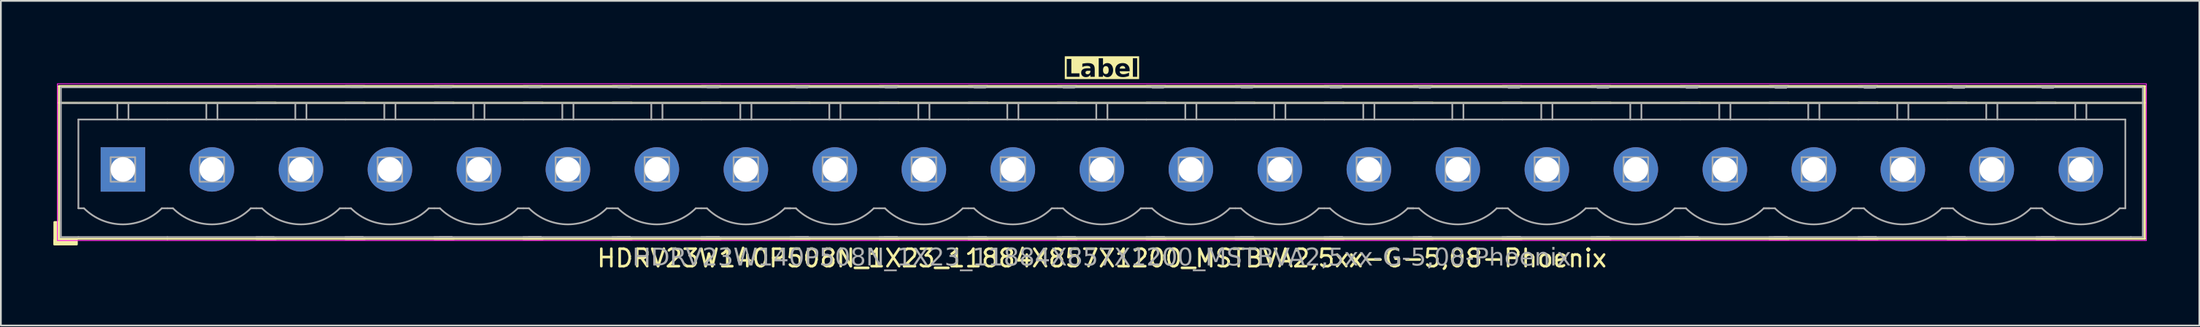
<source format=kicad_pcb>
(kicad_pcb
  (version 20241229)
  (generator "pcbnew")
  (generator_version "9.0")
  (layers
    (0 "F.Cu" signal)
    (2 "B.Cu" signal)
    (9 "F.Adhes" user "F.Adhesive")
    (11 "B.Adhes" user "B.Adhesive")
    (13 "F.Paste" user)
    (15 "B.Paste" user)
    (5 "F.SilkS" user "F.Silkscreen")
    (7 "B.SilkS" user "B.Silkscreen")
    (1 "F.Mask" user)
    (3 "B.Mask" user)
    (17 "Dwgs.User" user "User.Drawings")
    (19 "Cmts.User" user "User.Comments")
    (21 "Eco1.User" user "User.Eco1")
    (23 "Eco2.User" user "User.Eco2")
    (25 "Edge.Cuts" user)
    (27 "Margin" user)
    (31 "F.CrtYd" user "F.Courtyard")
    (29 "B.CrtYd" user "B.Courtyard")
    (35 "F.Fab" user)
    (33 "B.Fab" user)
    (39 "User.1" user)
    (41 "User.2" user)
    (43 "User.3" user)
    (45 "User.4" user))
  (footprint "HDRV23W140P508N_1X23_11884X857X1200_MSTBVA2,5xx-G-5,08-Phoenix"
    (layer "F.Cu")
    (at 59.845 6.643)
    (property "Reference" "HDRV23W140P508N_1X23_11884X857X1200_MSTBVA2,5xx-G-5,08-Phoenix" (at 0 5.08 0) (layer "F.SilkS") (effects (font (size 1 1) (thickness 0.15))))
    (property "Label" "Label" (at 0 -5.715 0) (layer "F.SilkS" knockout) (effects (font (face "Tahoma") (size 1 1) (thickness 0.2) (bold yes))))
    (attr through_hole)
    (fp_line (start -59.531 -4.763) (end -59.531 3.969) (stroke (width 0.12) (type solid)) (layer "F.SilkS"))
    (fp_line (start -59.531 -4.763) (end -53.34 -4.763) (stroke (width 0.12) (type solid)) (layer "F.SilkS"))
    (fp_line (start -59.531 -3.81) (end -53.34 -3.81) (stroke (width 0.12) (type solid)) (layer "F.SilkS"))
    (fp_line (start -59.531 3.969) (end -53.34 3.969) (stroke (width 0.12) (type solid)) (layer "F.SilkS"))
    (fp_line (start -47.149 -4.763) (end -53.34 -4.763) (stroke (width 0.12) (type solid)) (layer "F.SilkS"))
    (fp_line (start -47.149 -3.81) (end -53.34 -3.81) (stroke (width 0.12) (type solid)) (layer "F.SilkS"))
    (fp_line (start -47.149 3.969) (end -53.34 3.969) (stroke (width 0.12) (type solid)) (layer "F.SilkS"))
    (fp_line (start -42.069 -4.763) (end -48.26 -4.763) (stroke (width 0.12) (type solid)) (layer "F.SilkS"))
    (fp_line (start -42.069 -3.81) (end -48.26 -3.81) (stroke (width 0.12) (type solid)) (layer "F.SilkS"))
    (fp_line (start -42.069 3.969) (end -48.26 3.969) (stroke (width 0.12) (type solid)) (layer "F.SilkS"))
    (fp_line (start -36.989 -4.763) (end -43.18 -4.763) (stroke (width 0.12) (type solid)) (layer "F.SilkS"))
    (fp_line (start -36.989 -3.81) (end -43.18 -3.81) (stroke (width 0.12) (type solid)) (layer "F.SilkS"))
    (fp_line (start -36.989 3.969) (end -43.18 3.969) (stroke (width 0.12) (type solid)) (layer "F.SilkS"))
    (fp_line (start -31.909 -4.763) (end -38.1 -4.763) (stroke (width 0.12) (type solid)) (layer "F.SilkS"))
    (fp_line (start -31.909 -3.81) (end -38.1 -3.81) (stroke (width 0.12) (type solid)) (layer "F.SilkS"))
    (fp_line (start -31.909 3.969) (end -38.1 3.969) (stroke (width 0.12) (type solid)) (layer "F.SilkS"))
    (fp_line (start -26.829 -4.763) (end -33.02 -4.763) (stroke (width 0.12) (type solid)) (layer "F.SilkS"))
    (fp_line (start -26.829 -3.81) (end -33.02 -3.81) (stroke (width 0.12) (type solid)) (layer "F.SilkS"))
    (fp_line (start -26.829 3.969) (end -33.02 3.969) (stroke (width 0.12) (type solid)) (layer "F.SilkS"))
    (fp_line (start -21.749 -4.763) (end -27.94 -4.763) (stroke (width 0.12) (type solid)) (layer "F.SilkS"))
    (fp_line (start -21.749 -3.81) (end -27.94 -3.81) (stroke (width 0.12) (type solid)) (layer "F.SilkS"))
    (fp_line (start -21.749 3.969) (end -27.94 3.969) (stroke (width 0.12) (type solid)) (layer "F.SilkS"))
    (fp_line (start -16.669 -4.763) (end -22.86 -4.763) (stroke (width 0.12) (type solid)) (layer "F.SilkS"))
    (fp_line (start -16.669 -3.81) (end -22.86 -3.81) (stroke (width 0.12) (type solid)) (layer "F.SilkS"))
    (fp_line (start -16.669 3.969) (end -22.86 3.969) (stroke (width 0.12) (type solid)) (layer "F.SilkS"))
    (fp_line (start -11.589 -4.763) (end -17.78 -4.763) (stroke (width 0.12) (type solid)) (layer "F.SilkS"))
    (fp_line (start -11.589 -3.81) (end -17.78 -3.81) (stroke (width 0.12) (type solid)) (layer "F.SilkS"))
    (fp_line (start -11.589 3.969) (end -17.78 3.969) (stroke (width 0.12) (type solid)) (layer "F.SilkS"))
    (fp_line (start -6.509 -4.763) (end -12.7 -4.763) (stroke (width 0.12) (type solid)) (layer "F.SilkS"))
    (fp_line (start -6.509 -3.81) (end -12.7 -3.81) (stroke (width 0.12) (type solid)) (layer "F.SilkS"))
    (fp_line (start -6.509 3.969) (end -12.7 3.969) (stroke (width 0.12) (type solid)) (layer "F.SilkS"))
    (fp_line (start -1.429 -4.763) (end -7.62 -4.763) (stroke (width 0.12) (type solid)) (layer "F.SilkS"))
    (fp_line (start -1.429 -3.81) (end -7.62 -3.81) (stroke (width 0.12) (type solid)) (layer "F.SilkS"))
    (fp_line (start -1.429 3.969) (end -7.62 3.969) (stroke (width 0.12) (type solid)) (layer "F.SilkS"))
    (fp_line (start 3.651 -4.763) (end -2.54 -4.763) (stroke (width 0.12) (type solid)) (layer "F.SilkS"))
    (fp_line (start 3.651 -3.81) (end -2.54 -3.81) (stroke (width 0.12) (type solid)) (layer "F.SilkS"))
    (fp_line (start 3.651 3.969) (end -2.54 3.969) (stroke (width 0.12) (type solid)) (layer "F.SilkS"))
    (fp_line (start 8.731 -4.763) (end 2.54 -4.763) (stroke (width 0.12) (type solid)) (layer "F.SilkS"))
    (fp_line (start 8.731 -3.81) (end 2.54 -3.81) (stroke (width 0.12) (type solid)) (layer "F.SilkS"))
    (fp_line (start 8.731 3.969) (end 2.54 3.969) (stroke (width 0.12) (type solid)) (layer "F.SilkS"))
    (fp_line (start 13.811 -4.763) (end 7.62 -4.763) (stroke (width 0.12) (type solid)) (layer "F.SilkS"))
    (fp_line (start 13.811 -3.81) (end 7.62 -3.81) (stroke (width 0.12) (type solid)) (layer "F.SilkS"))
    (fp_line (start 13.811 3.969) (end 7.62 3.969) (stroke (width 0.12) (type solid)) (layer "F.SilkS"))
    (fp_line (start 18.891 -4.763) (end 12.7 -4.763) (stroke (width 0.12) (type solid)) (layer "F.SilkS"))
    (fp_line (start 18.891 -3.81) (end 12.7 -3.81) (stroke (width 0.12) (type solid)) (layer "F.SilkS"))
    (fp_line (start 18.891 3.969) (end 12.7 3.969) (stroke (width 0.12) (type solid)) (layer "F.SilkS"))
    (fp_line (start 23.971 -4.763) (end 17.78 -4.763) (stroke (width 0.12) (type solid)) (layer "F.SilkS"))
    (fp_line (start 23.971 -3.81) (end 17.78 -3.81) (stroke (width 0.12) (type solid)) (layer "F.SilkS"))
    (fp_line (start 23.971 3.969) (end 17.78 3.969) (stroke (width 0.12) (type solid)) (layer "F.SilkS"))
    (fp_line (start 29.051 -4.763) (end 22.86 -4.763) (stroke (width 0.12) (type solid)) (layer "F.SilkS"))
    (fp_line (start 29.051 -3.81) (end 22.86 -3.81) (stroke (width 0.12) (type solid)) (layer "F.SilkS"))
    (fp_line (start 29.051 3.969) (end 22.86 3.969) (stroke (width 0.12) (type solid)) (layer "F.SilkS"))
    (fp_line (start 34.131 -4.763) (end 27.94 -4.763) (stroke (width 0.12) (type solid)) (layer "F.SilkS"))
    (fp_line (start 34.131 -3.81) (end 27.94 -3.81) (stroke (width 0.12) (type solid)) (layer "F.SilkS"))
    (fp_line (start 34.131 3.969) (end 27.94 3.969) (stroke (width 0.12) (type solid)) (layer "F.SilkS"))
    (fp_line (start 39.211 -4.763) (end 33.02 -4.763) (stroke (width 0.12) (type solid)) (layer "F.SilkS"))
    (fp_line (start 39.211 -3.81) (end 33.02 -3.81) (stroke (width 0.12) (type solid)) (layer "F.SilkS"))
    (fp_line (start 39.211 3.969) (end 33.02 3.969) (stroke (width 0.12) (type solid)) (layer "F.SilkS"))
    (fp_line (start 44.291 -4.763) (end 38.1 -4.763) (stroke (width 0.12) (type solid)) (layer "F.SilkS"))
    (fp_line (start 44.291 -3.81) (end 38.1 -3.81) (stroke (width 0.12) (type solid)) (layer "F.SilkS"))
    (fp_line (start 44.291 3.969) (end 38.1 3.969) (stroke (width 0.12) (type solid)) (layer "F.SilkS"))
    (fp_line (start 49.371 -4.762) (end 43.18 -4.762) (stroke (width 0.12) (type solid)) (layer "F.SilkS"))
    (fp_line (start 49.371 -3.81) (end 43.18 -3.81) (stroke (width 0.12) (type solid)) (layer "F.SilkS"))
    (fp_line (start 49.371 3.969) (end 43.18 3.969) (stroke (width 0.12) (type solid)) (layer "F.SilkS"))
    (fp_line (start 54.451 -4.762) (end 48.26 -4.762) (stroke (width 0.12) (type solid)) (layer "F.SilkS"))
    (fp_line (start 54.451 -3.81) (end 48.26 -3.81) (stroke (width 0.12) (type solid)) (layer "F.SilkS"))
    (fp_line (start 54.451 3.969) (end 48.26 3.969) (stroke (width 0.12) (type solid)) (layer "F.SilkS"))
    (fp_line (start 59.531 -4.762) (end 53.34 -4.762) (stroke (width 0.12) (type solid)) (layer "F.SilkS"))
    (fp_line (start 59.531 -4.762) (end 59.531 3.969) (stroke (width 0.12) (type solid)) (layer "F.SilkS"))
    (fp_line (start 59.531 -3.81) (end 53.34 -3.81) (stroke (width 0.12) (type solid)) (layer "F.SilkS"))
    (fp_line (start 59.531 3.969) (end 53.34 3.969) (stroke (width 0.12) (type solid)) (layer "F.SilkS"))
    (fp_rect (start -59.531 3.016) (end -59.785 4.286) (stroke (width 0.12) (type solid)) (fill yes) (layer "F.SilkS"))
    (fp_rect (start -58.515 4.286) (end -59.785 4.032) (stroke (width 0.12) (type solid)) (fill yes) (layer "F.SilkS"))
    (fp_rect (start -59.62 -4.9) (end 59.62 4.07) (stroke (width 0.05) (type default)) (fill no) (layer "F.CrtYd"))
    (fp_line (start -59.42 -4.7) (end -59.42 3.87) (stroke (width 0.1) (type solid)) (layer "F.Fab"))
    (fp_line (start -59.42 -3.8) (end -58.42 -3.8) (stroke (width 0.1) (type solid)) (layer "F.Fab"))
    (fp_line (start -58.42 -4.7) (end -59.42 -4.7) (stroke (width 0.1) (type solid)) (layer "F.Fab"))
    (fp_line (start -58.42 -4.7) (end -53.34 -4.7) (stroke (width 0.1) (type solid)) (layer "F.Fab"))
    (fp_line (start -58.42 -2.858) (end -53.34 -2.858) (stroke (width 0.1) (type default)) (layer "F.Fab"))
    (fp_line (start -58.42 2.222) (end -58.42 -2.858) (stroke (width 0.1) (type default)) (layer "F.Fab"))
    (fp_line (start -58.42 3.87) (end -59.42 3.87) (stroke (width 0.1) (type solid)) (layer "F.Fab"))
    (fp_line (start -58.42 3.87) (end -53.34 3.87) (stroke (width 0.1) (type solid)) (layer "F.Fab"))
    (fp_line (start -58.102 2.222) (end -58.42 2.222) (stroke (width 0.1) (type default)) (layer "F.Fab"))
    (fp_line (start -56.197 -3.8) (end -56.197 -2.858) (stroke (width 0.1) (type default)) (layer "F.Fab"))
    (fp_line (start -55.562 -3.8) (end -55.562 -2.858) (stroke (width 0.1) (type default)) (layer "F.Fab"))
    (fp_line (start -53.34 -4.7) (end -47.943 -4.7) (stroke (width 0.1) (type solid)) (layer "F.Fab"))
    (fp_line (start -53.34 -3.8) (end -58.42 -3.8) (stroke (width 0.1) (type solid)) (layer "F.Fab"))
    (fp_line (start -53.34 -2.858) (end -48.26 -2.858) (stroke (width 0.1) (type default)) (layer "F.Fab"))
    (fp_line (start -53.34 2.222) (end -53.657 2.222) (stroke (width 0.1) (type default)) (layer "F.Fab"))
    (fp_line (start -53.34 3.87) (end -47.943 3.87) (stroke (width 0.1) (type solid)) (layer "F.Fab"))
    (fp_line (start -53.023 2.222) (end -53.34 2.222) (stroke (width 0.1) (type default)) (layer "F.Fab"))
    (fp_line (start -51.117 -3.8) (end -51.117 -2.858) (stroke (width 0.1) (type default)) (layer "F.Fab"))
    (fp_line (start -50.483 -3.8) (end -50.483 -2.858) (stroke (width 0.1) (type default)) (layer "F.Fab"))
    (fp_line (start -48.26 -4.7) (end -42.862 -4.7) (stroke (width 0.1) (type solid)) (layer "F.Fab"))
    (fp_line (start -48.26 -2.858) (end -43.18 -2.858) (stroke (width 0.1) (type default)) (layer "F.Fab"))
    (fp_line (start -48.26 2.222) (end -48.578 2.222) (stroke (width 0.1) (type default)) (layer "F.Fab"))
    (fp_line (start -48.26 3.87) (end -42.862 3.87) (stroke (width 0.1) (type solid)) (layer "F.Fab"))
    (fp_line (start -47.943 -4.7) (end -47.26 -4.7) (stroke (width 0.1) (type solid)) (layer "F.Fab"))
    (fp_line (start -47.943 -3.8) (end -53.34 -3.8) (stroke (width 0.1) (type solid)) (layer "F.Fab"))
    (fp_line (start -47.943 2.222) (end -48.26 2.222) (stroke (width 0.1) (type default)) (layer "F.Fab"))
    (fp_line (start -47.943 3.87) (end -47.26 3.87) (stroke (width 0.1) (type solid)) (layer "F.Fab"))
    (fp_line (start -47.26 -3.8) (end -47.943 -3.8) (stroke (width 0.1) (type solid)) (layer "F.Fab"))
    (fp_line (start -46.038 -3.8) (end -46.038 -2.858) (stroke (width 0.1) (type default)) (layer "F.Fab"))
    (fp_line (start -45.403 -3.8) (end -45.403 -2.858) (stroke (width 0.1) (type default)) (layer "F.Fab"))
    (fp_line (start -43.18 -4.7) (end -37.782 -4.7) (stroke (width 0.1) (type solid)) (layer "F.Fab"))
    (fp_line (start -43.18 -2.857) (end -38.1 -2.857) (stroke (width 0.1) (type default)) (layer "F.Fab"))
    (fp_line (start -43.18 2.222) (end -43.498 2.222) (stroke (width 0.1) (type default)) (layer "F.Fab"))
    (fp_line (start -43.18 3.87) (end -37.782 3.87) (stroke (width 0.1) (type solid)) (layer "F.Fab"))
    (fp_line (start -42.862 -4.7) (end -42.18 -4.7) (stroke (width 0.1) (type solid)) (layer "F.Fab"))
    (fp_line (start -42.862 -4.7) (end -42.18 -4.7) (stroke (width 0.1) (type solid)) (layer "F.Fab"))
    (fp_line (start -42.862 -3.8) (end -48.26 -3.8) (stroke (width 0.1) (type solid)) (layer "F.Fab"))
    (fp_line (start -42.862 2.223) (end -43.18 2.223) (stroke (width 0.1) (type default)) (layer "F.Fab"))
    (fp_line (start -42.862 3.87) (end -42.18 3.87) (stroke (width 0.1) (type solid)) (layer "F.Fab"))
    (fp_line (start -42.862 3.87) (end -42.18 3.87) (stroke (width 0.1) (type solid)) (layer "F.Fab"))
    (fp_line (start -42.18 -3.8) (end -42.862 -3.8) (stroke (width 0.1) (type solid)) (layer "F.Fab"))
    (fp_line (start -42.18 -3.8) (end -42.862 -3.8) (stroke (width 0.1) (type solid)) (layer "F.Fab"))
    (fp_line (start -40.958 -3.8) (end -40.958 -2.857) (stroke (width 0.1) (type default)) (layer "F.Fab"))
    (fp_line (start -40.322 -3.8) (end -40.322 -2.857) (stroke (width 0.1) (type default)) (layer "F.Fab"))
    (fp_line (start -38.1 -4.7) (end -32.703 -4.7) (stroke (width 0.1) (type solid)) (layer "F.Fab"))
    (fp_line (start -38.1 -2.857) (end -33.02 -2.857) (stroke (width 0.1) (type default)) (layer "F.Fab"))
    (fp_line (start -38.1 2.223) (end -38.417 2.223) (stroke (width 0.1) (type default)) (layer "F.Fab"))
    (fp_line (start -38.1 3.87) (end -32.703 3.87) (stroke (width 0.1) (type solid)) (layer "F.Fab"))
    (fp_line (start -37.782 -4.7) (end -37.1 -4.7) (stroke (width 0.1) (type solid)) (layer "F.Fab"))
    (fp_line (start -37.782 -4.7) (end -37.1 -4.7) (stroke (width 0.1) (type solid)) (layer "F.Fab"))
    (fp_line (start -37.782 -4.7) (end -37.1 -4.7) (stroke (width 0.1) (type solid)) (layer "F.Fab"))
    (fp_line (start -37.782 -3.8) (end -43.18 -3.8) (stroke (width 0.1) (type solid)) (layer "F.Fab"))
    (fp_line (start -37.782 2.223) (end -38.1 2.223) (stroke (width 0.1) (type default)) (layer "F.Fab"))
    (fp_line (start -37.782 3.87) (end -37.1 3.87) (stroke (width 0.1) (type solid)) (layer "F.Fab"))
    (fp_line (start -37.782 3.87) (end -37.1 3.87) (stroke (width 0.1) (type solid)) (layer "F.Fab"))
    (fp_line (start -37.782 3.87) (end -37.1 3.87) (stroke (width 0.1) (type solid)) (layer "F.Fab"))
    (fp_line (start -37.1 -3.8) (end -37.782 -3.8) (stroke (width 0.1) (type solid)) (layer "F.Fab"))
    (fp_line (start -37.1 -3.8) (end -37.782 -3.8) (stroke (width 0.1) (type solid)) (layer "F.Fab"))
    (fp_line (start -37.1 -3.8) (end -37.782 -3.8) (stroke (width 0.1) (type solid)) (layer "F.Fab"))
    (fp_line (start -35.877 -3.8) (end -35.877 -2.857) (stroke (width 0.1) (type default)) (layer "F.Fab"))
    (fp_line (start -35.242 -3.8) (end -35.242 -2.857) (stroke (width 0.1) (type default)) (layer "F.Fab"))
    (fp_line (start -33.02 -4.7) (end -27.622 -4.7) (stroke (width 0.1) (type solid)) (layer "F.Fab"))
    (fp_line (start -33.02 -2.857) (end -27.94 -2.857) (stroke (width 0.1) (type default)) (layer "F.Fab"))
    (fp_line (start -33.02 2.223) (end -33.337 2.223) (stroke (width 0.1) (type default)) (layer "F.Fab"))
    (fp_line (start -33.02 3.87) (end -27.622 3.87) (stroke (width 0.1) (type solid)) (layer "F.Fab"))
    (fp_line (start -32.703 -4.7) (end -32.02 -4.7) (stroke (width 0.1) (type solid)) (layer "F.Fab"))
    (fp_line (start -32.703 -4.7) (end -32.02 -4.7) (stroke (width 0.1) (type solid)) (layer "F.Fab"))
    (fp_line (start -32.703 -4.7) (end -32.02 -4.7) (stroke (width 0.1) (type solid)) (layer "F.Fab"))
    (fp_line (start -32.703 -4.7) (end -32.02 -4.7) (stroke (width 0.1) (type solid)) (layer "F.Fab"))
    (fp_line (start -32.703 -3.8) (end -38.1 -3.8) (stroke (width 0.1) (type solid)) (layer "F.Fab"))
    (fp_line (start -32.703 2.223) (end -33.02 2.223) (stroke (width 0.1) (type default)) (layer "F.Fab"))
    (fp_line (start -32.703 3.87) (end -32.02 3.87) (stroke (width 0.1) (type solid)) (layer "F.Fab"))
    (fp_line (start -32.703 3.87) (end -32.02 3.87) (stroke (width 0.1) (type solid)) (layer "F.Fab"))
    (fp_line (start -32.703 3.87) (end -32.02 3.87) (stroke (width 0.1) (type solid)) (layer "F.Fab"))
    (fp_line (start -32.703 3.87) (end -32.02 3.87) (stroke (width 0.1) (type solid)) (layer "F.Fab"))
    (fp_line (start -32.02 -3.8) (end -32.703 -3.8) (stroke (width 0.1) (type solid)) (layer "F.Fab"))
    (fp_line (start -32.02 -3.8) (end -32.703 -3.8) (stroke (width 0.1) (type solid)) (layer "F.Fab"))
    (fp_line (start -32.02 -3.8) (end -32.703 -3.8) (stroke (width 0.1) (type solid)) (layer "F.Fab"))
    (fp_line (start -32.02 -3.8) (end -32.703 -3.8) (stroke (width 0.1) (type solid)) (layer "F.Fab"))
    (fp_line (start -30.797 -3.8) (end -30.797 -2.857) (stroke (width 0.1) (type default)) (layer "F.Fab"))
    (fp_line (start -30.163 -3.8) (end -30.163 -2.857) (stroke (width 0.1) (type default)) (layer "F.Fab"))
    (fp_line (start -27.94 -4.7) (end -22.543 -4.7) (stroke (width 0.1) (type solid)) (layer "F.Fab"))
    (fp_line (start -27.94 -2.857) (end -22.86 -2.857) (stroke (width 0.1) (type default)) (layer "F.Fab"))
    (fp_line (start -27.94 2.223) (end -28.258 2.223) (stroke (width 0.1) (type default)) (layer "F.Fab"))
    (fp_line (start -27.94 3.87) (end -22.543 3.87) (stroke (width 0.1) (type solid)) (layer "F.Fab"))
    (fp_line (start -27.622 -4.7) (end -26.94 -4.7) (stroke (width 0.1) (type solid)) (layer "F.Fab"))
    (fp_line (start -27.622 -4.7) (end -26.94 -4.7) (stroke (width 0.1) (type solid)) (layer "F.Fab"))
    (fp_line (start -27.622 -4.7) (end -26.94 -4.7) (stroke (width 0.1) (type solid)) (layer "F.Fab"))
    (fp_line (start -27.622 -4.7) (end -26.94 -4.7) (stroke (width 0.1) (type solid)) (layer "F.Fab"))
    (fp_line (start -27.622 -4.7) (end -26.94 -4.7) (stroke (width 0.1) (type solid)) (layer "F.Fab"))
    (fp_line (start -27.622 -3.8) (end -33.02 -3.8) (stroke (width 0.1) (type solid)) (layer "F.Fab"))
    (fp_line (start -27.622 2.223) (end -27.94 2.223) (stroke (width 0.1) (type default)) (layer "F.Fab"))
    (fp_line (start -27.622 3.87) (end -26.94 3.87) (stroke (width 0.1) (type solid)) (layer "F.Fab"))
    (fp_line (start -27.622 3.87) (end -26.94 3.87) (stroke (width 0.1) (type solid)) (layer "F.Fab"))
    (fp_line (start -27.622 3.87) (end -26.94 3.87) (stroke (width 0.1) (type solid)) (layer "F.Fab"))
    (fp_line (start -27.622 3.87) (end -26.94 3.87) (stroke (width 0.1) (type solid)) (layer "F.Fab"))
    (fp_line (start -27.622 3.87) (end -26.94 3.87) (stroke (width 0.1) (type solid)) (layer "F.Fab"))
    (fp_line (start -26.94 -3.8) (end -27.622 -3.8) (stroke (width 0.1) (type solid)) (layer "F.Fab"))
    (fp_line (start -26.94 -3.8) (end -27.622 -3.8) (stroke (width 0.1) (type solid)) (layer "F.Fab"))
    (fp_line (start -26.94 -3.8) (end -27.622 -3.8) (stroke (width 0.1) (type solid)) (layer "F.Fab"))
    (fp_line (start -26.94 -3.8) (end -27.622 -3.8) (stroke (width 0.1) (type solid)) (layer "F.Fab"))
    (fp_line (start -26.94 -3.8) (end -27.622 -3.8) (stroke (width 0.1) (type solid)) (layer "F.Fab"))
    (fp_line (start -25.718 -3.8) (end -25.718 -2.857) (stroke (width 0.1) (type default)) (layer "F.Fab"))
    (fp_line (start -25.082 -3.8) (end -25.082 -2.857) (stroke (width 0.1) (type default)) (layer "F.Fab"))
    (fp_line (start -22.86 -4.7) (end -17.462 -4.7) (stroke (width 0.1) (type solid)) (layer "F.Fab"))
    (fp_line (start -22.86 -2.857) (end -17.78 -2.857) (stroke (width 0.1) (type default)) (layer "F.Fab"))
    (fp_line (start -22.86 2.223) (end -23.177 2.223) (stroke (width 0.1) (type default)) (layer "F.Fab"))
    (fp_line (start -22.86 3.87) (end -17.462 3.87) (stroke (width 0.1) (type solid)) (layer "F.Fab"))
    (fp_line (start -22.543 -4.7) (end -21.86 -4.7) (stroke (width 0.1) (type solid)) (layer "F.Fab"))
    (fp_line (start -22.543 -4.7) (end -21.86 -4.7) (stroke (width 0.1) (type solid)) (layer "F.Fab"))
    (fp_line (start -22.543 -4.7) (end -21.86 -4.7) (stroke (width 0.1) (type solid)) (layer "F.Fab"))
    (fp_line (start -22.543 -4.7) (end -21.86 -4.7) (stroke (width 0.1) (type solid)) (layer "F.Fab"))
    (fp_line (start -22.543 -4.7) (end -21.86 -4.7) (stroke (width 0.1) (type solid)) (layer "F.Fab"))
    (fp_line (start -22.543 -4.7) (end -21.86 -4.7) (stroke (width 0.1) (type solid)) (layer "F.Fab"))
    (fp_line (start -22.543 -3.8) (end -27.94 -3.8) (stroke (width 0.1) (type solid)) (layer "F.Fab"))
    (fp_line (start -22.543 2.223) (end -22.86 2.223) (stroke (width 0.1) (type default)) (layer "F.Fab"))
    (fp_line (start -22.543 3.87) (end -21.86 3.87) (stroke (width 0.1) (type solid)) (layer "F.Fab"))
    (fp_line (start -22.543 3.87) (end -21.86 3.87) (stroke (width 0.1) (type solid)) (layer "F.Fab"))
    (fp_line (start -22.543 3.87) (end -21.86 3.87) (stroke (width 0.1) (type solid)) (layer "F.Fab"))
    (fp_line (start -22.543 3.87) (end -21.86 3.87) (stroke (width 0.1) (type solid)) (layer "F.Fab"))
    (fp_line (start -22.543 3.87) (end -21.86 3.87) (stroke (width 0.1) (type solid)) (layer "F.Fab"))
    (fp_line (start -22.543 3.87) (end -21.86 3.87) (stroke (width 0.1) (type solid)) (layer "F.Fab"))
    (fp_line (start -21.86 -3.8) (end -22.543 -3.8) (stroke (width 0.1) (type solid)) (layer "F.Fab"))
    (fp_line (start -21.86 -3.8) (end -22.543 -3.8) (stroke (width 0.1) (type solid)) (layer "F.Fab"))
    (fp_line (start -21.86 -3.8) (end -22.543 -3.8) (stroke (width 0.1) (type solid)) (layer "F.Fab"))
    (fp_line (start -21.86 -3.8) (end -22.543 -3.8) (stroke (width 0.1) (type solid)) (layer "F.Fab"))
    (fp_line (start -21.86 -3.8) (end -22.543 -3.8) (stroke (width 0.1) (type solid)) (layer "F.Fab"))
    (fp_line (start -21.86 -3.8) (end -22.543 -3.8) (stroke (width 0.1) (type solid)) (layer "F.Fab"))
    (fp_line (start -20.637 -3.8) (end -20.637 -2.857) (stroke (width 0.1) (type default)) (layer "F.Fab"))
    (fp_line (start -20.003 -3.8) (end -20.003 -2.857) (stroke (width 0.1) (type default)) (layer "F.Fab"))
    (fp_line (start -17.78 -4.7) (end -12.383 -4.7) (stroke (width 0.1) (type solid)) (layer "F.Fab"))
    (fp_line (start -17.78 -2.857) (end -12.7 -2.857) (stroke (width 0.1) (type default)) (layer "F.Fab"))
    (fp_line (start -17.78 2.223) (end -18.098 2.223) (stroke (width 0.1) (type default)) (layer "F.Fab"))
    (fp_line (start -17.78 2.223) (end -18.098 2.223) (stroke (width 0.1) (type default)) (layer "F.Fab"))
    (fp_line (start -17.78 3.87) (end -12.383 3.87) (stroke (width 0.1) (type solid)) (layer "F.Fab"))
    (fp_line (start -17.462 -4.7) (end -16.78 -4.7) (stroke (width 0.1) (type solid)) (layer "F.Fab"))
    (fp_line (start -17.462 -4.7) (end -16.78 -4.7) (stroke (width 0.1) (type solid)) (layer "F.Fab"))
    (fp_line (start -17.462 -4.7) (end -16.78 -4.7) (stroke (width 0.1) (type solid)) (layer "F.Fab"))
    (fp_line (start -17.462 -4.7) (end -16.78 -4.7) (stroke (width 0.1) (type solid)) (layer "F.Fab"))
    (fp_line (start -17.462 -4.7) (end -16.78 -4.7) (stroke (width 0.1) (type solid)) (layer "F.Fab"))
    (fp_line (start -17.462 -4.7) (end -16.78 -4.7) (stroke (width 0.1) (type solid)) (layer "F.Fab"))
    (fp_line (start -17.462 -4.7) (end -16.78 -4.7) (stroke (width 0.1) (type solid)) (layer "F.Fab"))
    (fp_line (start -17.462 -3.8) (end -22.86 -3.8) (stroke (width 0.1) (type solid)) (layer "F.Fab"))
    (fp_line (start -17.462 2.223) (end -17.78 2.223) (stroke (width 0.1) (type default)) (layer "F.Fab"))
    (fp_line (start -17.462 3.87) (end -16.78 3.87) (stroke (width 0.1) (type solid)) (layer "F.Fab"))
    (fp_line (start -17.462 3.87) (end -16.78 3.87) (stroke (width 0.1) (type solid)) (layer "F.Fab"))
    (fp_line (start -17.462 3.87) (end -16.78 3.87) (stroke (width 0.1) (type solid)) (layer "F.Fab"))
    (fp_line (start -17.462 3.87) (end -16.78 3.87) (stroke (width 0.1) (type solid)) (layer "F.Fab"))
    (fp_line (start -17.462 3.87) (end -16.78 3.87) (stroke (width 0.1) (type solid)) (layer "F.Fab"))
    (fp_line (start -17.462 3.87) (end -16.78 3.87) (stroke (width 0.1) (type solid)) (layer "F.Fab"))
    (fp_line (start -17.462 3.87) (end -16.78 3.87) (stroke (width 0.1) (type solid)) (layer "F.Fab"))
    (fp_line (start -16.78 -3.8) (end -17.462 -3.8) (stroke (width 0.1) (type solid)) (layer "F.Fab"))
    (fp_line (start -16.78 -3.8) (end -17.462 -3.8) (stroke (width 0.1) (type solid)) (layer "F.Fab"))
    (fp_line (start -16.78 -3.8) (end -17.462 -3.8) (stroke (width 0.1) (type solid)) (layer "F.Fab"))
    (fp_line (start -16.78 -3.8) (end -17.462 -3.8) (stroke (width 0.1) (type solid)) (layer "F.Fab"))
    (fp_line (start -16.78 -3.8) (end -17.462 -3.8) (stroke (width 0.1) (type solid)) (layer "F.Fab"))
    (fp_line (start -16.78 -3.8) (end -17.462 -3.8) (stroke (width 0.1) (type solid)) (layer "F.Fab"))
    (fp_line (start -16.78 -3.8) (end -17.462 -3.8) (stroke (width 0.1) (type solid)) (layer "F.Fab"))
    (fp_line (start -15.557 -3.8) (end -15.557 -2.857) (stroke (width 0.1) (type default)) (layer "F.Fab"))
    (fp_line (start -14.922 -3.8) (end -14.922 -2.857) (stroke (width 0.1) (type default)) (layer "F.Fab"))
    (fp_line (start -12.7 -4.7) (end -7.303 -4.7) (stroke (width 0.1) (type solid)) (layer "F.Fab"))
    (fp_line (start -12.7 -2.857) (end -7.62 -2.857) (stroke (width 0.1) (type default)) (layer "F.Fab"))
    (fp_line (start -12.7 2.223) (end -13.018 2.223) (stroke (width 0.1) (type default)) (layer "F.Fab"))
    (fp_line (start -12.7 3.87) (end -7.303 3.87) (stroke (width 0.1) (type solid)) (layer "F.Fab"))
    (fp_line (start -12.383 -4.7) (end -11.7 -4.7) (stroke (width 0.1) (type solid)) (layer "F.Fab"))
    (fp_line (start -12.383 -4.7) (end -11.7 -4.7) (stroke (width 0.1) (type solid)) (layer "F.Fab"))
    (fp_line (start -12.383 -4.7) (end -11.7 -4.7) (stroke (width 0.1) (type solid)) (layer "F.Fab"))
    (fp_line (start -12.383 -4.7) (end -11.7 -4.7) (stroke (width 0.1) (type solid)) (layer "F.Fab"))
    (fp_line (start -12.383 -4.7) (end -11.7 -4.7) (stroke (width 0.1) (type solid)) (layer "F.Fab"))
    (fp_line (start -12.383 -4.7) (end -11.7 -4.7) (stroke (width 0.1) (type solid)) (layer "F.Fab"))
    (fp_line (start -12.383 -4.7) (end -11.7 -4.7) (stroke (width 0.1) (type solid)) (layer "F.Fab"))
    (fp_line (start -12.383 -4.7) (end -11.7 -4.7) (stroke (width 0.1) (type solid)) (layer "F.Fab"))
    (fp_line (start -12.383 -3.8) (end -17.78 -3.8) (stroke (width 0.1) (type solid)) (layer "F.Fab"))
    (fp_line (start -12.383 2.223) (end -12.7 2.223) (stroke (width 0.1) (type default)) (layer "F.Fab"))
    (fp_line (start -12.383 3.87) (end -11.7 3.87) (stroke (width 0.1) (type solid)) (layer "F.Fab"))
    (fp_line (start -12.383 3.87) (end -11.7 3.87) (stroke (width 0.1) (type solid)) (layer "F.Fab"))
    (fp_line (start -12.383 3.87) (end -11.7 3.87) (stroke (width 0.1) (type solid)) (layer "F.Fab"))
    (fp_line (start -12.383 3.87) (end -11.7 3.87) (stroke (width 0.1) (type solid)) (layer "F.Fab"))
    (fp_line (start -12.383 3.87) (end -11.7 3.87) (stroke (width 0.1) (type solid)) (layer "F.Fab"))
    (fp_line (start -12.383 3.87) (end -11.7 3.87) (stroke (width 0.1) (type solid)) (layer "F.Fab"))
    (fp_line (start -12.383 3.87) (end -11.7 3.87) (stroke (width 0.1) (type solid)) (layer "F.Fab"))
    (fp_line (start -12.383 3.87) (end -11.7 3.87) (stroke (width 0.1) (type solid)) (layer "F.Fab"))
    (fp_line (start -11.7 -3.8) (end -12.383 -3.8) (stroke (width 0.1) (type solid)) (layer "F.Fab"))
    (fp_line (start -11.7 -3.8) (end -12.383 -3.8) (stroke (width 0.1) (type solid)) (layer "F.Fab"))
    (fp_line (start -11.7 -3.8) (end -12.383 -3.8) (stroke (width 0.1) (type solid)) (layer "F.Fab"))
    (fp_line (start -11.7 -3.8) (end -12.383 -3.8) (stroke (width 0.1) (type solid)) (layer "F.Fab"))
    (fp_line (start -11.7 -3.8) (end -12.383 -3.8) (stroke (width 0.1) (type solid)) (layer "F.Fab"))
    (fp_line (start -11.7 -3.8) (end -12.383 -3.8) (stroke (width 0.1) (type solid)) (layer "F.Fab"))
    (fp_line (start -11.7 -3.8) (end -12.383 -3.8) (stroke (width 0.1) (type solid)) (layer "F.Fab"))
    (fp_line (start -11.7 -3.8) (end -12.383 -3.8) (stroke (width 0.1) (type solid)) (layer "F.Fab"))
    (fp_line (start -10.477 -3.8) (end -10.477 -2.857) (stroke (width 0.1) (type default)) (layer "F.Fab"))
    (fp_line (start -9.842 -3.8) (end -9.842 -2.857) (stroke (width 0.1) (type default)) (layer "F.Fab"))
    (fp_line (start -7.62 -4.7) (end -2.223 -4.7) (stroke (width 0.1) (type solid)) (layer "F.Fab"))
    (fp_line (start -7.62 -2.857) (end -2.54 -2.857) (stroke (width 0.1) (type default)) (layer "F.Fab"))
    (fp_line (start -7.62 2.223) (end -7.938 2.223) (stroke (width 0.1) (type default)) (layer "F.Fab"))
    (fp_line (start -7.62 3.87) (end -2.223 3.87) (stroke (width 0.1) (type solid)) (layer "F.Fab"))
    (fp_line (start -7.303 -4.7) (end -6.62 -4.7) (stroke (width 0.1) (type solid)) (layer "F.Fab"))
    (fp_line (start -7.303 -4.7) (end -6.62 -4.7) (stroke (width 0.1) (type solid)) (layer "F.Fab"))
    (fp_line (start -7.303 -4.7) (end -6.62 -4.7) (stroke (width 0.1) (type solid)) (layer "F.Fab"))
    (fp_line (start -7.303 -4.7) (end -6.62 -4.7) (stroke (width 0.1) (type solid)) (layer "F.Fab"))
    (fp_line (start -7.303 -4.7) (end -6.62 -4.7) (stroke (width 0.1) (type solid)) (layer "F.Fab"))
    (fp_line (start -7.303 -4.7) (end -6.62 -4.7) (stroke (width 0.1) (type solid)) (layer "F.Fab"))
    (fp_line (start -7.303 -4.7) (end -6.62 -4.7) (stroke (width 0.1) (type solid)) (layer "F.Fab"))
    (fp_line (start -7.303 -4.7) (end -6.62 -4.7) (stroke (width 0.1) (type solid)) (layer "F.Fab"))
    (fp_line (start -7.303 -4.7) (end -6.62 -4.7) (stroke (width 0.1) (type solid)) (layer "F.Fab"))
    (fp_line (start -7.303 -3.8) (end -12.7 -3.8) (stroke (width 0.1) (type solid)) (layer "F.Fab"))
    (fp_line (start -7.303 2.223) (end -7.62 2.223) (stroke (width 0.1) (type default)) (layer "F.Fab"))
    (fp_line (start -7.303 3.87) (end -6.62 3.87) (stroke (width 0.1) (type solid)) (layer "F.Fab"))
    (fp_line (start -7.303 3.87) (end -6.62 3.87) (stroke (width 0.1) (type solid)) (layer "F.Fab"))
    (fp_line (start -7.303 3.87) (end -6.62 3.87) (stroke (width 0.1) (type solid)) (layer "F.Fab"))
    (fp_line (start -7.303 3.87) (end -6.62 3.87) (stroke (width 0.1) (type solid)) (layer "F.Fab"))
    (fp_line (start -7.303 3.87) (end -6.62 3.87) (stroke (width 0.1) (type solid)) (layer "F.Fab"))
    (fp_line (start -7.303 3.87) (end -6.62 3.87) (stroke (width 0.1) (type solid)) (layer "F.Fab"))
    (fp_line (start -7.303 3.87) (end -6.62 3.87) (stroke (width 0.1) (type solid)) (layer "F.Fab"))
    (fp_line (start -7.303 3.87) (end -6.62 3.87) (stroke (width 0.1) (type solid)) (layer "F.Fab"))
    (fp_line (start -7.303 3.87) (end -6.62 3.87) (stroke (width 0.1) (type solid)) (layer "F.Fab"))
    (fp_line (start -6.62 -3.8) (end -7.303 -3.8) (stroke (width 0.1) (type solid)) (layer "F.Fab"))
    (fp_line (start -6.62 -3.8) (end -7.303 -3.8) (stroke (width 0.1) (type solid)) (layer "F.Fab"))
    (fp_line (start -6.62 -3.8) (end -7.303 -3.8) (stroke (width 0.1) (type solid)) (layer "F.Fab"))
    (fp_line (start -6.62 -3.8) (end -7.303 -3.8) (stroke (width 0.1) (type solid)) (layer "F.Fab"))
    (fp_line (start -6.62 -3.8) (end -7.303 -3.8) (stroke (width 0.1) (type solid)) (layer "F.Fab"))
    (fp_line (start -6.62 -3.8) (end -7.303 -3.8) (stroke (width 0.1) (type solid)) (layer "F.Fab"))
    (fp_line (start -6.62 -3.8) (end -7.303 -3.8) (stroke (width 0.1) (type solid)) (layer "F.Fab"))
    (fp_line (start -6.62 -3.8) (end -7.303 -3.8) (stroke (width 0.1) (type solid)) (layer "F.Fab"))
    (fp_line (start -6.62 -3.8) (end -7.303 -3.8) (stroke (width 0.1) (type solid)) (layer "F.Fab"))
    (fp_line (start -5.397 -3.8) (end -5.397 -2.857) (stroke (width 0.1) (type default)) (layer "F.Fab"))
    (fp_line (start -4.763 -3.8) (end -4.763 -2.857) (stroke (width 0.1) (type default)) (layer "F.Fab"))
    (fp_line (start -2.54 -4.7) (end 2.857 -4.7) (stroke (width 0.1) (type solid)) (layer "F.Fab"))
    (fp_line (start -2.54 -2.857) (end 2.54 -2.857) (stroke (width 0.1) (type default)) (layer "F.Fab"))
    (fp_line (start -2.54 2.223) (end -2.857 2.223) (stroke (width 0.1) (type default)) (layer "F.Fab"))
    (fp_line (start -2.54 3.87) (end 2.857 3.87) (stroke (width 0.1) (type solid)) (layer "F.Fab"))
    (fp_line (start -2.223 -4.7) (end -1.54 -4.7) (stroke (width 0.1) (type solid)) (layer "F.Fab"))
    (fp_line (start -2.223 -4.7) (end -1.54 -4.7) (stroke (width 0.1) (type solid)) (layer "F.Fab"))
    (fp_line (start -2.223 -4.7) (end -1.54 -4.7) (stroke (width 0.1) (type solid)) (layer "F.Fab"))
    (fp_line (start -2.223 -4.7) (end -1.54 -4.7) (stroke (width 0.1) (type solid)) (layer "F.Fab"))
    (fp_line (start -2.223 -4.7) (end -1.54 -4.7) (stroke (width 0.1) (type solid)) (layer "F.Fab"))
    (fp_line (start -2.223 -4.7) (end -1.54 -4.7) (stroke (width 0.1) (type solid)) (layer "F.Fab"))
    (fp_line (start -2.223 -4.7) (end -1.54 -4.7) (stroke (width 0.1) (type solid)) (layer "F.Fab"))
    (fp_line (start -2.223 -4.7) (end -1.54 -4.7) (stroke (width 0.1) (type solid)) (layer "F.Fab"))
    (fp_line (start -2.223 -4.7) (end -1.54 -4.7) (stroke (width 0.1) (type solid)) (layer "F.Fab"))
    (fp_line (start -2.223 -4.7) (end -1.54 -4.7) (stroke (width 0.1) (type solid)) (layer "F.Fab"))
    (fp_line (start -2.223 -3.8) (end -7.62 -3.8) (stroke (width 0.1) (type solid)) (layer "F.Fab"))
    (fp_line (start -2.223 2.223) (end -2.54 2.223) (stroke (width 0.1) (type default)) (layer "F.Fab"))
    (fp_line (start -2.223 3.87) (end -1.54 3.87) (stroke (width 0.1) (type solid)) (layer "F.Fab"))
    (fp_line (start -2.223 3.87) (end -1.54 3.87) (stroke (width 0.1) (type solid)) (layer "F.Fab"))
    (fp_line (start -2.223 3.87) (end -1.54 3.87) (stroke (width 0.1) (type solid)) (layer "F.Fab"))
    (fp_line (start -2.223 3.87) (end -1.54 3.87) (stroke (width 0.1) (type solid)) (layer "F.Fab"))
    (fp_line (start -2.223 3.87) (end -1.54 3.87) (stroke (width 0.1) (type solid)) (layer "F.Fab"))
    (fp_line (start -2.223 3.87) (end -1.54 3.87) (stroke (width 0.1) (type solid)) (layer "F.Fab"))
    (fp_line (start -2.223 3.87) (end -1.54 3.87) (stroke (width 0.1) (type solid)) (layer "F.Fab"))
    (fp_line (start -2.223 3.87) (end -1.54 3.87) (stroke (width 0.1) (type solid)) (layer "F.Fab"))
    (fp_line (start -2.223 3.87) (end -1.54 3.87) (stroke (width 0.1) (type solid)) (layer "F.Fab"))
    (fp_line (start -2.223 3.87) (end -1.54 3.87) (stroke (width 0.1) (type solid)) (layer "F.Fab"))
    (fp_line (start -1.54 -3.8) (end -2.223 -3.8) (stroke (width 0.1) (type solid)) (layer "F.Fab"))
    (fp_line (start -1.54 -3.8) (end -2.223 -3.8) (stroke (width 0.1) (type solid)) (layer "F.Fab"))
    (fp_line (start -1.54 -3.8) (end -2.223 -3.8) (stroke (width 0.1) (type solid)) (layer "F.Fab"))
    (fp_line (start -1.54 -3.8) (end -2.223 -3.8) (stroke (width 0.1) (type solid)) (layer "F.Fab"))
    (fp_line (start -1.54 -3.8) (end -2.223 -3.8) (stroke (width 0.1) (type solid)) (layer "F.Fab"))
    (fp_line (start -1.54 -3.8) (end -2.223 -3.8) (stroke (width 0.1) (type solid)) (layer "F.Fab"))
    (fp_line (start -1.54 -3.8) (end -2.223 -3.8) (stroke (width 0.1) (type solid)) (layer "F.Fab"))
    (fp_line (start -1.54 -3.8) (end -2.223 -3.8) (stroke (width 0.1) (type solid)) (layer "F.Fab"))
    (fp_line (start -1.54 -3.8) (end -2.223 -3.8) (stroke (width 0.1) (type solid)) (layer "F.Fab"))
    (fp_line (start -1.54 -3.8) (end -2.223 -3.8) (stroke (width 0.1) (type solid)) (layer "F.Fab"))
    (fp_line (start -0.318 -3.8) (end -0.318 -2.857) (stroke (width 0.1) (type default)) (layer "F.Fab"))
    (fp_line (start 0.318 -3.8) (end 0.318 -2.857) (stroke (width 0.1) (type default)) (layer "F.Fab"))
    (fp_line (start 2.54 -4.7) (end 7.938 -4.7) (stroke (width 0.1) (type solid)) (layer "F.Fab"))
    (fp_line (start 2.54 -2.857) (end 7.62 -2.857) (stroke (width 0.1) (type default)) (layer "F.Fab"))
    (fp_line (start 2.54 2.223) (end 2.223 2.223) (stroke (width 0.1) (type default)) (layer "F.Fab"))
    (fp_line (start 2.54 3.87) (end 7.938 3.87) (stroke (width 0.1) (type solid)) (layer "F.Fab"))
    (fp_line (start 2.857 -4.7) (end 3.54 -4.7) (stroke (width 0.1) (type solid)) (layer "F.Fab"))
    (fp_line (start 2.857 -4.7) (end 3.54 -4.7) (stroke (width 0.1) (type solid)) (layer "F.Fab"))
    (fp_line (start 2.857 -4.7) (end 3.54 -4.7) (stroke (width 0.1) (type solid)) (layer "F.Fab"))
    (fp_line (start 2.857 -4.7) (end 3.54 -4.7) (stroke (width 0.1) (type solid)) (layer "F.Fab"))
    (fp_line (start 2.857 -4.7) (end 3.54 -4.7) (stroke (width 0.1) (type solid)) (layer "F.Fab"))
    (fp_line (start 2.857 -4.7) (end 3.54 -4.7) (stroke (width 0.1) (type solid)) (layer "F.Fab"))
    (fp_line (start 2.857 -4.7) (end 3.54 -4.7) (stroke (width 0.1) (type solid)) (layer "F.Fab"))
    (fp_line (start 2.857 -4.7) (end 3.54 -4.7) (stroke (width 0.1) (type solid)) (layer "F.Fab"))
    (fp_line (start 2.857 -4.7) (end 3.54 -4.7) (stroke (width 0.1) (type solid)) (layer "F.Fab"))
    (fp_line (start 2.857 -4.7) (end 3.54 -4.7) (stroke (width 0.1) (type solid)) (layer "F.Fab"))
    (fp_line (start 2.857 -4.7) (end 3.54 -4.7) (stroke (width 0.1) (type solid)) (layer "F.Fab"))
    (fp_line (start 2.857 -3.8) (end -2.54 -3.8) (stroke (width 0.1) (type solid)) (layer "F.Fab"))
    (fp_line (start 2.857 2.223) (end 2.54 2.223) (stroke (width 0.1) (type default)) (layer "F.Fab"))
    (fp_line (start 2.857 3.87) (end 3.54 3.87) (stroke (width 0.1) (type solid)) (layer "F.Fab"))
    (fp_line (start 2.857 3.87) (end 3.54 3.87) (stroke (width 0.1) (type solid)) (layer "F.Fab"))
    (fp_line (start 2.857 3.87) (end 3.54 3.87) (stroke (width 0.1) (type solid)) (layer "F.Fab"))
    (fp_line (start 2.857 3.87) (end 3.54 3.87) (stroke (width 0.1) (type solid)) (layer "F.Fab"))
    (fp_line (start 2.857 3.87) (end 3.54 3.87) (stroke (width 0.1) (type solid)) (layer "F.Fab"))
    (fp_line (start 2.857 3.87) (end 3.54 3.87) (stroke (width 0.1) (type solid)) (layer "F.Fab"))
    (fp_line (start 2.857 3.87) (end 3.54 3.87) (stroke (width 0.1) (type solid)) (layer "F.Fab"))
    (fp_line (start 2.857 3.87) (end 3.54 3.87) (stroke (width 0.1) (type solid)) (layer "F.Fab"))
    (fp_line (start 2.857 3.87) (end 3.54 3.87) (stroke (width 0.1) (type solid)) (layer "F.Fab"))
    (fp_line (start 2.857 3.87) (end 3.54 3.87) (stroke (width 0.1) (type solid)) (layer "F.Fab"))
    (fp_line (start 2.857 3.87) (end 3.54 3.87) (stroke (width 0.1) (type solid)) (layer "F.Fab"))
    (fp_line (start 3.54 -3.8) (end 2.857 -3.8) (stroke (width 0.1) (type solid)) (layer "F.Fab"))
    (fp_line (start 3.54 -3.8) (end 2.857 -3.8) (stroke (width 0.1) (type solid)) (layer "F.Fab"))
    (fp_line (start 3.54 -3.8) (end 2.857 -3.8) (stroke (width 0.1) (type solid)) (layer "F.Fab"))
    (fp_line (start 3.54 -3.8) (end 2.857 -3.8) (stroke (width 0.1) (type solid)) (layer "F.Fab"))
    (fp_line (start 3.54 -3.8) (end 2.857 -3.8) (stroke (width 0.1) (type solid)) (layer "F.Fab"))
    (fp_line (start 3.54 -3.8) (end 2.857 -3.8) (stroke (width 0.1) (type solid)) (layer "F.Fab"))
    (fp_line (start 3.54 -3.8) (end 2.857 -3.8) (stroke (width 0.1) (type solid)) (layer "F.Fab"))
    (fp_line (start 3.54 -3.8) (end 2.857 -3.8) (stroke (width 0.1) (type solid)) (layer "F.Fab"))
    (fp_line (start 3.54 -3.8) (end 2.857 -3.8) (stroke (width 0.1) (type solid)) (layer "F.Fab"))
    (fp_line (start 3.54 -3.8) (end 2.857 -3.8) (stroke (width 0.1) (type solid)) (layer "F.Fab"))
    (fp_line (start 3.54 -3.8) (end 2.857 -3.8) (stroke (width 0.1) (type solid)) (layer "F.Fab"))
    (fp_line (start 4.763 -3.8) (end 4.763 -2.857) (stroke (width 0.1) (type default)) (layer "F.Fab"))
    (fp_line (start 5.397 -3.8) (end 5.397 -2.857) (stroke (width 0.1) (type default)) (layer "F.Fab"))
    (fp_line (start 7.62 -4.7) (end 13.018 -4.7) (stroke (width 0.1) (type solid)) (layer "F.Fab"))
    (fp_line (start 7.62 -2.857) (end 12.7 -2.857) (stroke (width 0.1) (type default)) (layer "F.Fab"))
    (fp_line (start 7.62 2.223) (end 7.303 2.223) (stroke (width 0.1) (type default)) (layer "F.Fab"))
    (fp_line (start 7.62 3.87) (end 13.018 3.87) (stroke (width 0.1) (type solid)) (layer "F.Fab"))
    (fp_line (start 7.938 -4.7) (end 8.62 -4.7) (stroke (width 0.1) (type solid)) (layer "F.Fab"))
    (fp_line (start 7.938 -4.7) (end 8.62 -4.7) (stroke (width 0.1) (type solid)) (layer "F.Fab"))
    (fp_line (start 7.938 -4.7) (end 8.62 -4.7) (stroke (width 0.1) (type solid)) (layer "F.Fab"))
    (fp_line (start 7.938 -4.7) (end 8.62 -4.7) (stroke (width 0.1) (type solid)) (layer "F.Fab"))
    (fp_line (start 7.938 -4.7) (end 8.62 -4.7) (stroke (width 0.1) (type solid)) (layer "F.Fab"))
    (fp_line (start 7.938 -4.7) (end 8.62 -4.7) (stroke (width 0.1) (type solid)) (layer "F.Fab"))
    (fp_line (start 7.938 -4.7) (end 8.62 -4.7) (stroke (width 0.1) (type solid)) (layer "F.Fab"))
    (fp_line (start 7.938 -4.7) (end 8.62 -4.7) (stroke (width 0.1) (type solid)) (layer "F.Fab"))
    (fp_line (start 7.938 -4.7) (end 8.62 -4.7) (stroke (width 0.1) (type solid)) (layer "F.Fab"))
    (fp_line (start 7.938 -4.7) (end 8.62 -4.7) (stroke (width 0.1) (type solid)) (layer "F.Fab"))
    (fp_line (start 7.938 -4.7) (end 8.62 -4.7) (stroke (width 0.1) (type solid)) (layer "F.Fab"))
    (fp_line (start 7.938 -4.7) (end 8.62 -4.7) (stroke (width 0.1) (type solid)) (layer "F.Fab"))
    (fp_line (start 7.938 -3.8) (end 2.54 -3.8) (stroke (width 0.1) (type solid)) (layer "F.Fab"))
    (fp_line (start 7.938 2.223) (end 7.62 2.223) (stroke (width 0.1) (type default)) (layer "F.Fab"))
    (fp_line (start 7.938 3.87) (end 8.62 3.87) (stroke (width 0.1) (type solid)) (layer "F.Fab"))
    (fp_line (start 7.938 3.87) (end 8.62 3.87) (stroke (width 0.1) (type solid)) (layer "F.Fab"))
    (fp_line (start 7.938 3.87) (end 8.62 3.87) (stroke (width 0.1) (type solid)) (layer "F.Fab"))
    (fp_line (start 7.938 3.87) (end 8.62 3.87) (stroke (width 0.1) (type solid)) (layer "F.Fab"))
    (fp_line (start 7.938 3.87) (end 8.62 3.87) (stroke (width 0.1) (type solid)) (layer "F.Fab"))
    (fp_line (start 7.938 3.87) (end 8.62 3.87) (stroke (width 0.1) (type solid)) (layer "F.Fab"))
    (fp_line (start 7.938 3.87) (end 8.62 3.87) (stroke (width 0.1) (type solid)) (layer "F.Fab"))
    (fp_line (start 7.938 3.87) (end 8.62 3.87) (stroke (width 0.1) (type solid)) (layer "F.Fab"))
    (fp_line (start 7.938 3.87) (end 8.62 3.87) (stroke (width 0.1) (type solid)) (layer "F.Fab"))
    (fp_line (start 7.938 3.87) (end 8.62 3.87) (stroke (width 0.1) (type solid)) (layer "F.Fab"))
    (fp_line (start 7.938 3.87) (end 8.62 3.87) (stroke (width 0.1) (type solid)) (layer "F.Fab"))
    (fp_line (start 7.938 3.87) (end 8.62 3.87) (stroke (width 0.1) (type solid)) (layer "F.Fab"))
    (fp_line (start 8.62 -3.8) (end 7.938 -3.8) (stroke (width 0.1) (type solid)) (layer "F.Fab"))
    (fp_line (start 8.62 -3.8) (end 7.938 -3.8) (stroke (width 0.1) (type solid)) (layer "F.Fab"))
    (fp_line (start 8.62 -3.8) (end 7.938 -3.8) (stroke (width 0.1) (type solid)) (layer "F.Fab"))
    (fp_line (start 8.62 -3.8) (end 7.938 -3.8) (stroke (width 0.1) (type solid)) (layer "F.Fab"))
    (fp_line (start 8.62 -3.8) (end 7.938 -3.8) (stroke (width 0.1) (type solid)) (layer "F.Fab"))
    (fp_line (start 8.62 -3.8) (end 7.938 -3.8) (stroke (width 0.1) (type solid)) (layer "F.Fab"))
    (fp_line (start 8.62 -3.8) (end 7.938 -3.8) (stroke (width 0.1) (type solid)) (layer "F.Fab"))
    (fp_line (start 8.62 -3.8) (end 7.938 -3.8) (stroke (width 0.1) (type solid)) (layer "F.Fab"))
    (fp_line (start 8.62 -3.8) (end 7.938 -3.8) (stroke (width 0.1) (type solid)) (layer "F.Fab"))
    (fp_line (start 8.62 -3.8) (end 7.938 -3.8) (stroke (width 0.1) (type solid)) (layer "F.Fab"))
    (fp_line (start 8.62 -3.8) (end 7.938 -3.8) (stroke (width 0.1) (type solid)) (layer "F.Fab"))
    (fp_line (start 8.62 -3.8) (end 7.938 -3.8) (stroke (width 0.1) (type solid)) (layer "F.Fab"))
    (fp_line (start 9.842 -3.8) (end 9.842 -2.857) (stroke (width 0.1) (type default)) (layer "F.Fab"))
    (fp_line (start 10.477 -3.8) (end 10.477 -2.857) (stroke (width 0.1) (type default)) (layer "F.Fab"))
    (fp_line (start 12.7 -4.7) (end 18.098 -4.7) (stroke (width 0.1) (type solid)) (layer "F.Fab"))
    (fp_line (start 12.7 -2.857) (end 17.78 -2.857) (stroke (width 0.1) (type default)) (layer "F.Fab"))
    (fp_line (start 12.7 2.223) (end 12.383 2.223) (stroke (width 0.1) (type default)) (layer "F.Fab"))
    (fp_line (start 12.7 3.87) (end 18.098 3.87) (stroke (width 0.1) (type solid)) (layer "F.Fab"))
    (fp_line (start 13.018 -4.7) (end 13.7 -4.7) (stroke (width 0.1) (type solid)) (layer "F.Fab"))
    (fp_line (start 13.018 -4.7) (end 13.7 -4.7) (stroke (width 0.1) (type solid)) (layer "F.Fab"))
    (fp_line (start 13.018 -4.7) (end 13.7 -4.7) (stroke (width 0.1) (type solid)) (layer "F.Fab"))
    (fp_line (start 13.018 -4.7) (end 13.7 -4.7) (stroke (width 0.1) (type solid)) (layer "F.Fab"))
    (fp_line (start 13.018 -4.7) (end 13.7 -4.7) (stroke (width 0.1) (type solid)) (layer "F.Fab"))
    (fp_line (start 13.018 -4.7) (end 13.7 -4.7) (stroke (width 0.1) (type solid)) (layer "F.Fab"))
    (fp_line (start 13.018 -4.7) (end 13.7 -4.7) (stroke (width 0.1) (type solid)) (layer "F.Fab"))
    (fp_line (start 13.018 -4.7) (end 13.7 -4.7) (stroke (width 0.1) (type solid)) (layer "F.Fab"))
    (fp_line (start 13.018 -4.7) (end 13.7 -4.7) (stroke (width 0.1) (type solid)) (layer "F.Fab"))
    (fp_line (start 13.018 -4.7) (end 13.7 -4.7) (stroke (width 0.1) (type solid)) (layer "F.Fab"))
    (fp_line (start 13.018 -4.7) (end 13.7 -4.7) (stroke (width 0.1) (type solid)) (layer "F.Fab"))
    (fp_line (start 13.018 -4.7) (end 13.7 -4.7) (stroke (width 0.1) (type solid)) (layer "F.Fab"))
    (fp_line (start 13.018 -4.7) (end 13.7 -4.7) (stroke (width 0.1) (type solid)) (layer "F.Fab"))
    (fp_line (start 13.018 -3.8) (end 7.62 -3.8) (stroke (width 0.1) (type solid)) (layer "F.Fab"))
    (fp_line (start 13.018 2.223) (end 12.7 2.223) (stroke (width 0.1) (type default)) (layer "F.Fab"))
    (fp_line (start 13.018 3.87) (end 13.7 3.87) (stroke (width 0.1) (type solid)) (layer "F.Fab"))
    (fp_line (start 13.018 3.87) (end 13.7 3.87) (stroke (width 0.1) (type solid)) (layer "F.Fab"))
    (fp_line (start 13.018 3.87) (end 13.7 3.87) (stroke (width 0.1) (type solid)) (layer "F.Fab"))
    (fp_line (start 13.018 3.87) (end 13.7 3.87) (stroke (width 0.1) (type solid)) (layer "F.Fab"))
    (fp_line (start 13.018 3.87) (end 13.7 3.87) (stroke (width 0.1) (type solid)) (layer "F.Fab"))
    (fp_line (start 13.018 3.87) (end 13.7 3.87) (stroke (width 0.1) (type solid)) (layer "F.Fab"))
    (fp_line (start 13.018 3.87) (end 13.7 3.87) (stroke (width 0.1) (type solid)) (layer "F.Fab"))
    (fp_line (start 13.018 3.87) (end 13.7 3.87) (stroke (width 0.1) (type solid)) (layer "F.Fab"))
    (fp_line (start 13.018 3.87) (end 13.7 3.87) (stroke (width 0.1) (type solid)) (layer "F.Fab"))
    (fp_line (start 13.018 3.87) (end 13.7 3.87) (stroke (width 0.1) (type solid)) (layer "F.Fab"))
    (fp_line (start 13.018 3.87) (end 13.7 3.87) (stroke (width 0.1) (type solid)) (layer "F.Fab"))
    (fp_line (start 13.018 3.87) (end 13.7 3.87) (stroke (width 0.1) (type solid)) (layer "F.Fab"))
    (fp_line (start 13.018 3.87) (end 13.7 3.87) (stroke (width 0.1) (type solid)) (layer "F.Fab"))
    (fp_line (start 13.7 -3.8) (end 13.018 -3.8) (stroke (width 0.1) (type solid)) (layer "F.Fab"))
    (fp_line (start 13.7 -3.8) (end 13.018 -3.8) (stroke (width 0.1) (type solid)) (layer "F.Fab"))
    (fp_line (start 13.7 -3.8) (end 13.018 -3.8) (stroke (width 0.1) (type solid)) (layer "F.Fab"))
    (fp_line (start 13.7 -3.8) (end 13.018 -3.8) (stroke (width 0.1) (type solid)) (layer "F.Fab"))
    (fp_line (start 13.7 -3.8) (end 13.018 -3.8) (stroke (width 0.1) (type solid)) (layer "F.Fab"))
    (fp_line (start 13.7 -3.8) (end 13.018 -3.8) (stroke (width 0.1) (type solid)) (layer "F.Fab"))
    (fp_line (start 13.7 -3.8) (end 13.018 -3.8) (stroke (width 0.1) (type solid)) (layer "F.Fab"))
    (fp_line (start 13.7 -3.8) (end 13.018 -3.8) (stroke (width 0.1) (type solid)) (layer "F.Fab"))
    (fp_line (start 13.7 -3.8) (end 13.018 -3.8) (stroke (width 0.1) (type solid)) (layer "F.Fab"))
    (fp_line (start 13.7 -3.8) (end 13.018 -3.8) (stroke (width 0.1) (type solid)) (layer "F.Fab"))
    (fp_line (start 13.7 -3.8) (end 13.018 -3.8) (stroke (width 0.1) (type solid)) (layer "F.Fab"))
    (fp_line (start 13.7 -3.8) (end 13.018 -3.8) (stroke (width 0.1) (type solid)) (layer "F.Fab"))
    (fp_line (start 13.7 -3.8) (end 13.018 -3.8) (stroke (width 0.1) (type solid)) (layer "F.Fab"))
    (fp_line (start 14.922 -3.8) (end 14.922 -2.857) (stroke (width 0.1) (type default)) (layer "F.Fab"))
    (fp_line (start 15.557 -3.8) (end 15.557 -2.857) (stroke (width 0.1) (type default)) (layer "F.Fab"))
    (fp_line (start 17.78 -4.7) (end 23.177 -4.7) (stroke (width 0.1) (type solid)) (layer "F.Fab"))
    (fp_line (start 17.78 -2.857) (end 22.86 -2.857) (stroke (width 0.1) (type default)) (layer "F.Fab"))
    (fp_line (start 17.78 2.223) (end 17.462 2.223) (stroke (width 0.1) (type default)) (layer "F.Fab"))
    (fp_line (start 17.78 2.223) (end 17.462 2.223) (stroke (width 0.1) (type default)) (layer "F.Fab"))
    (fp_line (start 17.78 3.87) (end 23.177 3.87) (stroke (width 0.1) (type solid)) (layer "F.Fab"))
    (fp_line (start 18.098 -4.7) (end 18.78 -4.7) (stroke (width 0.1) (type solid)) (layer "F.Fab"))
    (fp_line (start 18.098 -4.7) (end 18.78 -4.7) (stroke (width 0.1) (type solid)) (layer "F.Fab"))
    (fp_line (start 18.098 -4.7) (end 18.78 -4.7) (stroke (width 0.1) (type solid)) (layer "F.Fab"))
    (fp_line (start 18.098 -4.7) (end 18.78 -4.7) (stroke (width 0.1) (type solid)) (layer "F.Fab"))
    (fp_line (start 18.098 -4.7) (end 18.78 -4.7) (stroke (width 0.1) (type solid)) (layer "F.Fab"))
    (fp_line (start 18.098 -4.7) (end 18.78 -4.7) (stroke (width 0.1) (type solid)) (layer "F.Fab"))
    (fp_line (start 18.098 -4.7) (end 18.78 -4.7) (stroke (width 0.1) (type solid)) (layer "F.Fab"))
    (fp_line (start 18.098 -4.7) (end 18.78 -4.7) (stroke (width 0.1) (type solid)) (layer "F.Fab"))
    (fp_line (start 18.098 -4.7) (end 18.78 -4.7) (stroke (width 0.1) (type solid)) (layer "F.Fab"))
    (fp_line (start 18.098 -4.7) (end 18.78 -4.7) (stroke (width 0.1) (type solid)) (layer "F.Fab"))
    (fp_line (start 18.098 -4.7) (end 18.78 -4.7) (stroke (width 0.1) (type solid)) (layer "F.Fab"))
    (fp_line (start 18.098 -4.7) (end 18.78 -4.7) (stroke (width 0.1) (type solid)) (layer "F.Fab"))
    (fp_line (start 18.098 -4.7) (end 18.78 -4.7) (stroke (width 0.1) (type solid)) (layer "F.Fab"))
    (fp_line (start 18.098 -4.7) (end 18.78 -4.7) (stroke (width 0.1) (type solid)) (layer "F.Fab"))
    (fp_line (start 18.098 -3.8) (end 12.7 -3.8) (stroke (width 0.1) (type solid)) (layer "F.Fab"))
    (fp_line (start 18.098 2.223) (end 17.78 2.223) (stroke (width 0.1) (type default)) (layer "F.Fab"))
    (fp_line (start 18.098 3.87) (end 18.78 3.87) (stroke (width 0.1) (type solid)) (layer "F.Fab"))
    (fp_line (start 18.098 3.87) (end 18.78 3.87) (stroke (width 0.1) (type solid)) (layer "F.Fab"))
    (fp_line (start 18.098 3.87) (end 18.78 3.87) (stroke (width 0.1) (type solid)) (layer "F.Fab"))
    (fp_line (start 18.098 3.87) (end 18.78 3.87) (stroke (width 0.1) (type solid)) (layer "F.Fab"))
    (fp_line (start 18.098 3.87) (end 18.78 3.87) (stroke (width 0.1) (type solid)) (layer "F.Fab"))
    (fp_line (start 18.098 3.87) (end 18.78 3.87) (stroke (width 0.1) (type solid)) (layer "F.Fab"))
    (fp_line (start 18.098 3.87) (end 18.78 3.87) (stroke (width 0.1) (type solid)) (layer "F.Fab"))
    (fp_line (start 18.098 3.87) (end 18.78 3.87) (stroke (width 0.1) (type solid)) (layer "F.Fab"))
    (fp_line (start 18.098 3.87) (end 18.78 3.87) (stroke (width 0.1) (type solid)) (layer "F.Fab"))
    (fp_line (start 18.098 3.87) (end 18.78 3.87) (stroke (width 0.1) (type solid)) (layer "F.Fab"))
    (fp_line (start 18.098 3.87) (end 18.78 3.87) (stroke (width 0.1) (type solid)) (layer "F.Fab"))
    (fp_line (start 18.098 3.87) (end 18.78 3.87) (stroke (width 0.1) (type solid)) (layer "F.Fab"))
    (fp_line (start 18.098 3.87) (end 18.78 3.87) (stroke (width 0.1) (type solid)) (layer "F.Fab"))
    (fp_line (start 18.098 3.87) (end 18.78 3.87) (stroke (width 0.1) (type solid)) (layer "F.Fab"))
    (fp_line (start 18.78 -3.8) (end 18.098 -3.8) (stroke (width 0.1) (type solid)) (layer "F.Fab"))
    (fp_line (start 18.78 -3.8) (end 18.098 -3.8) (stroke (width 0.1) (type solid)) (layer "F.Fab"))
    (fp_line (start 18.78 -3.8) (end 18.098 -3.8) (stroke (width 0.1) (type solid)) (layer "F.Fab"))
    (fp_line (start 18.78 -3.8) (end 18.098 -3.8) (stroke (width 0.1) (type solid)) (layer "F.Fab"))
    (fp_line (start 18.78 -3.8) (end 18.098 -3.8) (stroke (width 0.1) (type solid)) (layer "F.Fab"))
    (fp_line (start 18.78 -3.8) (end 18.098 -3.8) (stroke (width 0.1) (type solid)) (layer "F.Fab"))
    (fp_line (start 18.78 -3.8) (end 18.098 -3.8) (stroke (width 0.1) (type solid)) (layer "F.Fab"))
    (fp_line (start 18.78 -3.8) (end 18.098 -3.8) (stroke (width 0.1) (type solid)) (layer "F.Fab"))
    (fp_line (start 18.78 -3.8) (end 18.098 -3.8) (stroke (width 0.1) (type solid)) (layer "F.Fab"))
    (fp_line (start 18.78 -3.8) (end 18.098 -3.8) (stroke (width 0.1) (type solid)) (layer "F.Fab"))
    (fp_line (start 18.78 -3.8) (end 18.098 -3.8) (stroke (width 0.1) (type solid)) (layer "F.Fab"))
    (fp_line (start 18.78 -3.8) (end 18.098 -3.8) (stroke (width 0.1) (type solid)) (layer "F.Fab"))
    (fp_line (start 18.78 -3.8) (end 18.098 -3.8) (stroke (width 0.1) (type solid)) (layer "F.Fab"))
    (fp_line (start 18.78 -3.8) (end 18.098 -3.8) (stroke (width 0.1) (type solid)) (layer "F.Fab"))
    (fp_line (start 20.003 -3.8) (end 20.003 -2.857) (stroke (width 0.1) (type default)) (layer "F.Fab"))
    (fp_line (start 20.637 -3.8) (end 20.637 -2.857) (stroke (width 0.1) (type default)) (layer "F.Fab"))
    (fp_line (start 22.86 -4.7) (end 28.258 -4.7) (stroke (width 0.1) (type solid)) (layer "F.Fab"))
    (fp_line (start 22.86 -2.857) (end 27.94 -2.857) (stroke (width 0.1) (type default)) (layer "F.Fab"))
    (fp_line (start 22.86 2.223) (end 22.543 2.223) (stroke (width 0.1) (type default)) (layer "F.Fab"))
    (fp_line (start 22.86 3.87) (end 28.258 3.87) (stroke (width 0.1) (type solid)) (layer "F.Fab"))
    (fp_line (start 23.177 -4.7) (end 23.86 -4.7) (stroke (width 0.1) (type solid)) (layer "F.Fab"))
    (fp_line (start 23.177 -4.7) (end 23.86 -4.7) (stroke (width 0.1) (type solid)) (layer "F.Fab"))
    (fp_line (start 23.177 -4.7) (end 23.86 -4.7) (stroke (width 0.1) (type solid)) (layer "F.Fab"))
    (fp_line (start 23.177 -4.7) (end 23.86 -4.7) (stroke (width 0.1) (type solid)) (layer "F.Fab"))
    (fp_line (start 23.177 -4.7) (end 23.86 -4.7) (stroke (width 0.1) (type solid)) (layer "F.Fab"))
    (fp_line (start 23.177 -4.7) (end 23.86 -4.7) (stroke (width 0.1) (type solid)) (layer "F.Fab"))
    (fp_line (start 23.177 -4.7) (end 23.86 -4.7) (stroke (width 0.1) (type solid)) (layer "F.Fab"))
    (fp_line (start 23.177 -4.7) (end 23.86 -4.7) (stroke (width 0.1) (type solid)) (layer "F.Fab"))
    (fp_line (start 23.177 -4.7) (end 23.86 -4.7) (stroke (width 0.1) (type solid)) (layer "F.Fab"))
    (fp_line (start 23.177 -4.7) (end 23.86 -4.7) (stroke (width 0.1) (type solid)) (layer "F.Fab"))
    (fp_line (start 23.177 -4.7) (end 23.86 -4.7) (stroke (width 0.1) (type solid)) (layer "F.Fab"))
    (fp_line (start 23.177 -4.7) (end 23.86 -4.7) (stroke (width 0.1) (type solid)) (layer "F.Fab"))
    (fp_line (start 23.177 -4.7) (end 23.86 -4.7) (stroke (width 0.1) (type solid)) (layer "F.Fab"))
    (fp_line (start 23.177 -4.7) (end 23.86 -4.7) (stroke (width 0.1) (type solid)) (layer "F.Fab"))
    (fp_line (start 23.177 -4.7) (end 23.86 -4.7) (stroke (width 0.1) (type solid)) (layer "F.Fab"))
    (fp_line (start 23.177 -3.8) (end 17.78 -3.8) (stroke (width 0.1) (type solid)) (layer "F.Fab"))
    (fp_line (start 23.177 2.223) (end 22.86 2.223) (stroke (width 0.1) (type default)) (layer "F.Fab"))
    (fp_line (start 23.177 3.87) (end 23.86 3.87) (stroke (width 0.1) (type solid)) (layer "F.Fab"))
    (fp_line (start 23.177 3.87) (end 23.86 3.87) (stroke (width 0.1) (type solid)) (layer "F.Fab"))
    (fp_line (start 23.177 3.87) (end 23.86 3.87) (stroke (width 0.1) (type solid)) (layer "F.Fab"))
    (fp_line (start 23.177 3.87) (end 23.86 3.87) (stroke (width 0.1) (type solid)) (layer "F.Fab"))
    (fp_line (start 23.177 3.87) (end 23.86 3.87) (stroke (width 0.1) (type solid)) (layer "F.Fab"))
    (fp_line (start 23.177 3.87) (end 23.86 3.87) (stroke (width 0.1) (type solid)) (layer "F.Fab"))
    (fp_line (start 23.177 3.87) (end 23.86 3.87) (stroke (width 0.1) (type solid)) (layer "F.Fab"))
    (fp_line (start 23.177 3.87) (end 23.86 3.87) (stroke (width 0.1) (type solid)) (layer "F.Fab"))
    (fp_line (start 23.177 3.87) (end 23.86 3.87) (stroke (width 0.1) (type solid)) (layer "F.Fab"))
    (fp_line (start 23.177 3.87) (end 23.86 3.87) (stroke (width 0.1) (type solid)) (layer "F.Fab"))
    (fp_line (start 23.177 3.87) (end 23.86 3.87) (stroke (width 0.1) (type solid)) (layer "F.Fab"))
    (fp_line (start 23.177 3.87) (end 23.86 3.87) (stroke (width 0.1) (type solid)) (layer "F.Fab"))
    (fp_line (start 23.177 3.87) (end 23.86 3.87) (stroke (width 0.1) (type solid)) (layer "F.Fab"))
    (fp_line (start 23.177 3.87) (end 23.86 3.87) (stroke (width 0.1) (type solid)) (layer "F.Fab"))
    (fp_line (start 23.177 3.87) (end 23.86 3.87) (stroke (width 0.1) (type solid)) (layer "F.Fab"))
    (fp_line (start 23.86 -3.8) (end 23.177 -3.8) (stroke (width 0.1) (type solid)) (layer "F.Fab"))
    (fp_line (start 23.86 -3.8) (end 23.177 -3.8) (stroke (width 0.1) (type solid)) (layer "F.Fab"))
    (fp_line (start 23.86 -3.8) (end 23.177 -3.8) (stroke (width 0.1) (type solid)) (layer "F.Fab"))
    (fp_line (start 23.86 -3.8) (end 23.177 -3.8) (stroke (width 0.1) (type solid)) (layer "F.Fab"))
    (fp_line (start 23.86 -3.8) (end 23.177 -3.8) (stroke (width 0.1) (type solid)) (layer "F.Fab"))
    (fp_line (start 23.86 -3.8) (end 23.177 -3.8) (stroke (width 0.1) (type solid)) (layer "F.Fab"))
    (fp_line (start 23.86 -3.8) (end 23.177 -3.8) (stroke (width 0.1) (type solid)) (layer "F.Fab"))
    (fp_line (start 23.86 -3.8) (end 23.177 -3.8) (stroke (width 0.1) (type solid)) (layer "F.Fab"))
    (fp_line (start 23.86 -3.8) (end 23.177 -3.8) (stroke (width 0.1) (type solid)) (layer "F.Fab"))
    (fp_line (start 23.86 -3.8) (end 23.177 -3.8) (stroke (width 0.1) (type solid)) (layer "F.Fab"))
    (fp_line (start 23.86 -3.8) (end 23.177 -3.8) (stroke (width 0.1) (type solid)) (layer "F.Fab"))
    (fp_line (start 23.86 -3.8) (end 23.177 -3.8) (stroke (width 0.1) (type solid)) (layer "F.Fab"))
    (fp_line (start 23.86 -3.8) (end 23.177 -3.8) (stroke (width 0.1) (type solid)) (layer "F.Fab"))
    (fp_line (start 23.86 -3.8) (end 23.177 -3.8) (stroke (width 0.1) (type solid)) (layer "F.Fab"))
    (fp_line (start 23.86 -3.8) (end 23.177 -3.8) (stroke (width 0.1) (type solid)) (layer "F.Fab"))
    (fp_line (start 25.082 -3.8) (end 25.082 -2.857) (stroke (width 0.1) (type default)) (layer "F.Fab"))
    (fp_line (start 25.718 -3.8) (end 25.718 -2.857) (stroke (width 0.1) (type default)) (layer "F.Fab"))
    (fp_line (start 27.94 -4.7) (end 33.337 -4.7) (stroke (width 0.1) (type solid)) (layer "F.Fab"))
    (fp_line (start 27.94 -2.857) (end 33.02 -2.857) (stroke (width 0.1) (type default)) (layer "F.Fab"))
    (fp_line (start 27.94 2.223) (end 27.622 2.223) (stroke (width 0.1) (type default)) (layer "F.Fab"))
    (fp_line (start 27.94 3.87) (end 33.337 3.87) (stroke (width 0.1) (type solid)) (layer "F.Fab"))
    (fp_line (start 28.258 -4.7) (end 28.94 -4.7) (stroke (width 0.1) (type solid)) (layer "F.Fab"))
    (fp_line (start 28.258 -4.7) (end 28.94 -4.7) (stroke (width 0.1) (type solid)) (layer "F.Fab"))
    (fp_line (start 28.258 -4.7) (end 28.94 -4.7) (stroke (width 0.1) (type solid)) (layer "F.Fab"))
    (fp_line (start 28.258 -4.7) (end 28.94 -4.7) (stroke (width 0.1) (type solid)) (layer "F.Fab"))
    (fp_line (start 28.258 -4.7) (end 28.94 -4.7) (stroke (width 0.1) (type solid)) (layer "F.Fab"))
    (fp_line (start 28.258 -4.7) (end 28.94 -4.7) (stroke (width 0.1) (type solid)) (layer "F.Fab"))
    (fp_line (start 28.258 -4.7) (end 28.94 -4.7) (stroke (width 0.1) (type solid)) (layer "F.Fab"))
    (fp_line (start 28.258 -4.7) (end 28.94 -4.7) (stroke (width 0.1) (type solid)) (layer "F.Fab"))
    (fp_line (start 28.258 -4.7) (end 28.94 -4.7) (stroke (width 0.1) (type solid)) (layer "F.Fab"))
    (fp_line (start 28.258 -4.7) (end 28.94 -4.7) (stroke (width 0.1) (type solid)) (layer "F.Fab"))
    (fp_line (start 28.258 -4.7) (end 28.94 -4.7) (stroke (width 0.1) (type solid)) (layer "F.Fab"))
    (fp_line (start 28.258 -4.7) (end 28.94 -4.7) (stroke (width 0.1) (type solid)) (layer "F.Fab"))
    (fp_line (start 28.258 -4.7) (end 28.94 -4.7) (stroke (width 0.1) (type solid)) (layer "F.Fab"))
    (fp_line (start 28.258 -4.7) (end 28.94 -4.7) (stroke (width 0.1) (type solid)) (layer "F.Fab"))
    (fp_line (start 28.258 -4.7) (end 28.94 -4.7) (stroke (width 0.1) (type solid)) (layer "F.Fab"))
    (fp_line (start 28.258 -4.7) (end 28.94 -4.7) (stroke (width 0.1) (type solid)) (layer "F.Fab"))
    (fp_line (start 28.258 -3.8) (end 22.86 -3.8) (stroke (width 0.1) (type solid)) (layer "F.Fab"))
    (fp_line (start 28.258 2.223) (end 27.94 2.223) (stroke (width 0.1) (type default)) (layer "F.Fab"))
    (fp_line (start 28.258 3.87) (end 28.94 3.87) (stroke (width 0.1) (type solid)) (layer "F.Fab"))
    (fp_line (start 28.258 3.87) (end 28.94 3.87) (stroke (width 0.1) (type solid)) (layer "F.Fab"))
    (fp_line (start 28.258 3.87) (end 28.94 3.87) (stroke (width 0.1) (type solid)) (layer "F.Fab"))
    (fp_line (start 28.258 3.87) (end 28.94 3.87) (stroke (width 0.1) (type solid)) (layer "F.Fab"))
    (fp_line (start 28.258 3.87) (end 28.94 3.87) (stroke (width 0.1) (type solid)) (layer "F.Fab"))
    (fp_line (start 28.258 3.87) (end 28.94 3.87) (stroke (width 0.1) (type solid)) (layer "F.Fab"))
    (fp_line (start 28.258 3.87) (end 28.94 3.87) (stroke (width 0.1) (type solid)) (layer "F.Fab"))
    (fp_line (start 28.258 3.87) (end 28.94 3.87) (stroke (width 0.1) (type solid)) (layer "F.Fab"))
    (fp_line (start 28.258 3.87) (end 28.94 3.87) (stroke (width 0.1) (type solid)) (layer "F.Fab"))
    (fp_line (start 28.258 3.87) (end 28.94 3.87) (stroke (width 0.1) (type solid)) (layer "F.Fab"))
    (fp_line (start 28.258 3.87) (end 28.94 3.87) (stroke (width 0.1) (type solid)) (layer "F.Fab"))
    (fp_line (start 28.258 3.87) (end 28.94 3.87) (stroke (width 0.1) (type solid)) (layer "F.Fab"))
    (fp_line (start 28.258 3.87) (end 28.94 3.87) (stroke (width 0.1) (type solid)) (layer "F.Fab"))
    (fp_line (start 28.258 3.87) (end 28.94 3.87) (stroke (width 0.1) (type solid)) (layer "F.Fab"))
    (fp_line (start 28.258 3.87) (end 28.94 3.87) (stroke (width 0.1) (type solid)) (layer "F.Fab"))
    (fp_line (start 28.258 3.87) (end 28.94 3.87) (stroke (width 0.1) (type solid)) (layer "F.Fab"))
    (fp_line (start 28.94 -3.8) (end 28.258 -3.8) (stroke (width 0.1) (type solid)) (layer "F.Fab"))
    (fp_line (start 28.94 -3.8) (end 28.258 -3.8) (stroke (width 0.1) (type solid)) (layer "F.Fab"))
    (fp_line (start 28.94 -3.8) (end 28.258 -3.8) (stroke (width 0.1) (type solid)) (layer "F.Fab"))
    (fp_line (start 28.94 -3.8) (end 28.258 -3.8) (stroke (width 0.1) (type solid)) (layer "F.Fab"))
    (fp_line (start 28.94 -3.8) (end 28.258 -3.8) (stroke (width 0.1) (type solid)) (layer "F.Fab"))
    (fp_line (start 28.94 -3.8) (end 28.258 -3.8) (stroke (width 0.1) (type solid)) (layer "F.Fab"))
    (fp_line (start 28.94 -3.8) (end 28.258 -3.8) (stroke (width 0.1) (type solid)) (layer "F.Fab"))
    (fp_line (start 28.94 -3.8) (end 28.258 -3.8) (stroke (width 0.1) (type solid)) (layer "F.Fab"))
    (fp_line (start 28.94 -3.8) (end 28.258 -3.8) (stroke (width 0.1) (type solid)) (layer "F.Fab"))
    (fp_line (start 28.94 -3.8) (end 28.258 -3.8) (stroke (width 0.1) (type solid)) (layer "F.Fab"))
    (fp_line (start 28.94 -3.8) (end 28.258 -3.8) (stroke (width 0.1) (type solid)) (layer "F.Fab"))
    (fp_line (start 28.94 -3.8) (end 28.258 -3.8) (stroke (width 0.1) (type solid)) (layer "F.Fab"))
    (fp_line (start 28.94 -3.8) (end 28.258 -3.8) (stroke (width 0.1) (type solid)) (layer "F.Fab"))
    (fp_line (start 28.94 -3.8) (end 28.258 -3.8) (stroke (width 0.1) (type solid)) (layer "F.Fab"))
    (fp_line (start 28.94 -3.8) (end 28.258 -3.8) (stroke (width 0.1) (type solid)) (layer "F.Fab"))
    (fp_line (start 28.94 -3.8) (end 28.258 -3.8) (stroke (width 0.1) (type solid)) (layer "F.Fab"))
    (fp_line (start 30.163 -3.8) (end 30.163 -2.857) (stroke (width 0.1) (type default)) (layer "F.Fab"))
    (fp_line (start 30.797 -3.8) (end 30.797 -2.857) (stroke (width 0.1) (type default)) (layer "F.Fab"))
    (fp_line (start 33.02 -4.7) (end 38.417 -4.7) (stroke (width 0.1) (type solid)) (layer "F.Fab"))
    (fp_line (start 33.02 -2.857) (end 38.1 -2.857) (stroke (width 0.1) (type default)) (layer "F.Fab"))
    (fp_line (start 33.02 2.223) (end 32.703 2.223) (stroke (width 0.1) (type default)) (layer "F.Fab"))
    (fp_line (start 33.02 3.87) (end 38.417 3.87) (stroke (width 0.1) (type solid)) (layer "F.Fab"))
    (fp_line (start 33.337 -4.7) (end 34.02 -4.7) (stroke (width 0.1) (type solid)) (layer "F.Fab"))
    (fp_line (start 33.337 -4.7) (end 34.02 -4.7) (stroke (width 0.1) (type solid)) (layer "F.Fab"))
    (fp_line (start 33.337 -4.7) (end 34.02 -4.7) (stroke (width 0.1) (type solid)) (layer "F.Fab"))
    (fp_line (start 33.337 -4.7) (end 34.02 -4.7) (stroke (width 0.1) (type solid)) (layer "F.Fab"))
    (fp_line (start 33.337 -4.7) (end 34.02 -4.7) (stroke (width 0.1) (type solid)) (layer "F.Fab"))
    (fp_line (start 33.337 -4.7) (end 34.02 -4.7) (stroke (width 0.1) (type solid)) (layer "F.Fab"))
    (fp_line (start 33.337 -4.7) (end 34.02 -4.7) (stroke (width 0.1) (type solid)) (layer "F.Fab"))
    (fp_line (start 33.337 -4.7) (end 34.02 -4.7) (stroke (width 0.1) (type solid)) (layer "F.Fab"))
    (fp_line (start 33.337 -4.7) (end 34.02 -4.7) (stroke (width 0.1) (type solid)) (layer "F.Fab"))
    (fp_line (start 33.337 -4.7) (end 34.02 -4.7) (stroke (width 0.1) (type solid)) (layer "F.Fab"))
    (fp_line (start 33.337 -4.7) (end 34.02 -4.7) (stroke (width 0.1) (type solid)) (layer "F.Fab"))
    (fp_line (start 33.337 -4.7) (end 34.02 -4.7) (stroke (width 0.1) (type solid)) (layer "F.Fab"))
    (fp_line (start 33.337 -4.7) (end 34.02 -4.7) (stroke (width 0.1) (type solid)) (layer "F.Fab"))
    (fp_line (start 33.337 -4.7) (end 34.02 -4.7) (stroke (width 0.1) (type solid)) (layer "F.Fab"))
    (fp_line (start 33.337 -4.7) (end 34.02 -4.7) (stroke (width 0.1) (type solid)) (layer "F.Fab"))
    (fp_line (start 33.337 -4.7) (end 34.02 -4.7) (stroke (width 0.1) (type solid)) (layer "F.Fab"))
    (fp_line (start 33.337 -4.7) (end 34.02 -4.7) (stroke (width 0.1) (type solid)) (layer "F.Fab"))
    (fp_line (start 33.337 -3.8) (end 27.94 -3.8) (stroke (width 0.1) (type solid)) (layer "F.Fab"))
    (fp_line (start 33.337 2.223) (end 33.02 2.223) (stroke (width 0.1) (type default)) (layer "F.Fab"))
    (fp_line (start 33.337 3.87) (end 34.02 3.87) (stroke (width 0.1) (type solid)) (layer "F.Fab"))
    (fp_line (start 33.337 3.87) (end 34.02 3.87) (stroke (width 0.1) (type solid)) (layer "F.Fab"))
    (fp_line (start 33.337 3.87) (end 34.02 3.87) (stroke (width 0.1) (type solid)) (layer "F.Fab"))
    (fp_line (start 33.337 3.87) (end 34.02 3.87) (stroke (width 0.1) (type solid)) (layer "F.Fab"))
    (fp_line (start 33.337 3.87) (end 34.02 3.87) (stroke (width 0.1) (type solid)) (layer "F.Fab"))
    (fp_line (start 33.337 3.87) (end 34.02 3.87) (stroke (width 0.1) (type solid)) (layer "F.Fab"))
    (fp_line (start 33.337 3.87) (end 34.02 3.87) (stroke (width 0.1) (type solid)) (layer "F.Fab"))
    (fp_line (start 33.337 3.87) (end 34.02 3.87) (stroke (width 0.1) (type solid)) (layer "F.Fab"))
    (fp_line (start 33.337 3.87) (end 34.02 3.87) (stroke (width 0.1) (type solid)) (layer "F.Fab"))
    (fp_line (start 33.337 3.87) (end 34.02 3.87) (stroke (width 0.1) (type solid)) (layer "F.Fab"))
    (fp_line (start 33.337 3.87) (end 34.02 3.87) (stroke (width 0.1) (type solid)) (layer "F.Fab"))
    (fp_line (start 33.337 3.87) (end 34.02 3.87) (stroke (width 0.1) (type solid)) (layer "F.Fab"))
    (fp_line (start 33.337 3.87) (end 34.02 3.87) (stroke (width 0.1) (type solid)) (layer "F.Fab"))
    (fp_line (start 33.337 3.87) (end 34.02 3.87) (stroke (width 0.1) (type solid)) (layer "F.Fab"))
    (fp_line (start 33.337 3.87) (end 34.02 3.87) (stroke (width 0.1) (type solid)) (layer "F.Fab"))
    (fp_line (start 33.337 3.87) (end 34.02 3.87) (stroke (width 0.1) (type solid)) (layer "F.Fab"))
    (fp_line (start 33.337 3.87) (end 34.02 3.87) (stroke (width 0.1) (type solid)) (layer "F.Fab"))
    (fp_line (start 34.02 -3.8) (end 33.337 -3.8) (stroke (width 0.1) (type solid)) (layer "F.Fab"))
    (fp_line (start 34.02 -3.8) (end 33.337 -3.8) (stroke (width 0.1) (type solid)) (layer "F.Fab"))
    (fp_line (start 34.02 -3.8) (end 33.337 -3.8) (stroke (width 0.1) (type solid)) (layer "F.Fab"))
    (fp_line (start 34.02 -3.8) (end 33.337 -3.8) (stroke (width 0.1) (type solid)) (layer "F.Fab"))
    (fp_line (start 34.02 -3.8) (end 33.337 -3.8) (stroke (width 0.1) (type solid)) (layer "F.Fab"))
    (fp_line (start 34.02 -3.8) (end 33.337 -3.8) (stroke (width 0.1) (type solid)) (layer "F.Fab"))
    (fp_line (start 34.02 -3.8) (end 33.337 -3.8) (stroke (width 0.1) (type solid)) (layer "F.Fab"))
    (fp_line (start 34.02 -3.8) (end 33.337 -3.8) (stroke (width 0.1) (type solid)) (layer "F.Fab"))
    (fp_line (start 34.02 -3.8) (end 33.337 -3.8) (stroke (width 0.1) (type solid)) (layer "F.Fab"))
    (fp_line (start 34.02 -3.8) (end 33.337 -3.8) (stroke (width 0.1) (type solid)) (layer "F.Fab"))
    (fp_line (start 34.02 -3.8) (end 33.337 -3.8) (stroke (width 0.1) (type solid)) (layer "F.Fab"))
    (fp_line (start 34.02 -3.8) (end 33.337 -3.8) (stroke (width 0.1) (type solid)) (layer "F.Fab"))
    (fp_line (start 34.02 -3.8) (end 33.337 -3.8) (stroke (width 0.1) (type solid)) (layer "F.Fab"))
    (fp_line (start 34.02 -3.8) (end 33.337 -3.8) (stroke (width 0.1) (type solid)) (layer "F.Fab"))
    (fp_line (start 34.02 -3.8) (end 33.337 -3.8) (stroke (width 0.1) (type solid)) (layer "F.Fab"))
    (fp_line (start 34.02 -3.8) (end 33.337 -3.8) (stroke (width 0.1) (type solid)) (layer "F.Fab"))
    (fp_line (start 34.02 -3.8) (end 33.337 -3.8) (stroke (width 0.1) (type solid)) (layer "F.Fab"))
    (fp_line (start 35.242 -3.8) (end 35.242 -2.857) (stroke (width 0.1) (type default)) (layer "F.Fab"))
    (fp_line (start 35.877 -3.8) (end 35.877 -2.857) (stroke (width 0.1) (type default)) (layer "F.Fab"))
    (fp_line (start 38.1 -4.7) (end 43.498 -4.7) (stroke (width 0.1) (type solid)) (layer "F.Fab"))
    (fp_line (start 38.1 -2.857) (end 43.18 -2.857) (stroke (width 0.1) (type default)) (layer "F.Fab"))
    (fp_line (start 38.1 2.223) (end 37.782 2.223) (stroke (width 0.1) (type default)) (layer "F.Fab"))
    (fp_line (start 38.1 2.223) (end 37.782 2.223) (stroke (width 0.1) (type default)) (layer "F.Fab"))
    (fp_line (start 38.1 3.87) (end 43.498 3.87) (stroke (width 0.1) (type solid)) (layer "F.Fab"))
    (fp_line (start 38.417 -4.7) (end 39.1 -4.7) (stroke (width 0.1) (type solid)) (layer "F.Fab"))
    (fp_line (start 38.417 -4.7) (end 39.1 -4.7) (stroke (width 0.1) (type solid)) (layer "F.Fab"))
    (fp_line (start 38.417 -4.7) (end 39.1 -4.7) (stroke (width 0.1) (type solid)) (layer "F.Fab"))
    (fp_line (start 38.417 -4.7) (end 39.1 -4.7) (stroke (width 0.1) (type solid)) (layer "F.Fab"))
    (fp_line (start 38.417 -4.7) (end 39.1 -4.7) (stroke (width 0.1) (type solid)) (layer "F.Fab"))
    (fp_line (start 38.417 -4.7) (end 39.1 -4.7) (stroke (width 0.1) (type solid)) (layer "F.Fab"))
    (fp_line (start 38.417 -4.7) (end 39.1 -4.7) (stroke (width 0.1) (type solid)) (layer "F.Fab"))
    (fp_line (start 38.417 -4.7) (end 39.1 -4.7) (stroke (width 0.1) (type solid)) (layer "F.Fab"))
    (fp_line (start 38.417 -4.7) (end 39.1 -4.7) (stroke (width 0.1) (type solid)) (layer "F.Fab"))
    (fp_line (start 38.417 -4.7) (end 39.1 -4.7) (stroke (width 0.1) (type solid)) (layer "F.Fab"))
    (fp_line (start 38.417 -4.7) (end 39.1 -4.7) (stroke (width 0.1) (type solid)) (layer "F.Fab"))
    (fp_line (start 38.417 -4.7) (end 39.1 -4.7) (stroke (width 0.1) (type solid)) (layer "F.Fab"))
    (fp_line (start 38.417 -4.7) (end 39.1 -4.7) (stroke (width 0.1) (type solid)) (layer "F.Fab"))
    (fp_line (start 38.417 -4.7) (end 39.1 -4.7) (stroke (width 0.1) (type solid)) (layer "F.Fab"))
    (fp_line (start 38.417 -4.7) (end 39.1 -4.7) (stroke (width 0.1) (type solid)) (layer "F.Fab"))
    (fp_line (start 38.417 -4.7) (end 39.1 -4.7) (stroke (width 0.1) (type solid)) (layer "F.Fab"))
    (fp_line (start 38.417 -4.7) (end 39.1 -4.7) (stroke (width 0.1) (type solid)) (layer "F.Fab"))
    (fp_line (start 38.417 -4.7) (end 39.1 -4.7) (stroke (width 0.1) (type solid)) (layer "F.Fab"))
    (fp_line (start 38.417 -3.8) (end 33.02 -3.8) (stroke (width 0.1) (type solid)) (layer "F.Fab"))
    (fp_line (start 38.417 2.223) (end 38.1 2.223) (stroke (width 0.1) (type default)) (layer "F.Fab"))
    (fp_line (start 38.417 3.87) (end 39.1 3.87) (stroke (width 0.1) (type solid)) (layer "F.Fab"))
    (fp_line (start 38.417 3.87) (end 39.1 3.87) (stroke (width 0.1) (type solid)) (layer "F.Fab"))
    (fp_line (start 38.417 3.87) (end 39.1 3.87) (stroke (width 0.1) (type solid)) (layer "F.Fab"))
    (fp_line (start 38.417 3.87) (end 39.1 3.87) (stroke (width 0.1) (type solid)) (layer "F.Fab"))
    (fp_line (start 38.417 3.87) (end 39.1 3.87) (stroke (width 0.1) (type solid)) (layer "F.Fab"))
    (fp_line (start 38.417 3.87) (end 39.1 3.87) (stroke (width 0.1) (type solid)) (layer "F.Fab"))
    (fp_line (start 38.417 3.87) (end 39.1 3.87) (stroke (width 0.1) (type solid)) (layer "F.Fab"))
    (fp_line (start 38.417 3.87) (end 39.1 3.87) (stroke (width 0.1) (type solid)) (layer "F.Fab"))
    (fp_line (start 38.417 3.87) (end 39.1 3.87) (stroke (width 0.1) (type solid)) (layer "F.Fab"))
    (fp_line (start 38.417 3.87) (end 39.1 3.87) (stroke (width 0.1) (type solid)) (layer "F.Fab"))
    (fp_line (start 38.417 3.87) (end 39.1 3.87) (stroke (width 0.1) (type solid)) (layer "F.Fab"))
    (fp_line (start 38.417 3.87) (end 39.1 3.87) (stroke (width 0.1) (type solid)) (layer "F.Fab"))
    (fp_line (start 38.417 3.87) (end 39.1 3.87) (stroke (width 0.1) (type solid)) (layer "F.Fab"))
    (fp_line (start 38.417 3.87) (end 39.1 3.87) (stroke (width 0.1) (type solid)) (layer "F.Fab"))
    (fp_line (start 38.417 3.87) (end 39.1 3.87) (stroke (width 0.1) (type solid)) (layer "F.Fab"))
    (fp_line (start 38.417 3.87) (end 39.1 3.87) (stroke (width 0.1) (type solid)) (layer "F.Fab"))
    (fp_line (start 38.417 3.87) (end 39.1 3.87) (stroke (width 0.1) (type solid)) (layer "F.Fab"))
    (fp_line (start 38.417 3.87) (end 39.1 3.87) (stroke (width 0.1) (type solid)) (layer "F.Fab"))
    (fp_line (start 39.1 -3.8) (end 38.417 -3.8) (stroke (width 0.1) (type solid)) (layer "F.Fab"))
    (fp_line (start 39.1 -3.8) (end 38.417 -3.8) (stroke (width 0.1) (type solid)) (layer "F.Fab"))
    (fp_line (start 39.1 -3.8) (end 38.417 -3.8) (stroke (width 0.1) (type solid)) (layer "F.Fab"))
    (fp_line (start 39.1 -3.8) (end 38.417 -3.8) (stroke (width 0.1) (type solid)) (layer "F.Fab"))
    (fp_line (start 39.1 -3.8) (end 38.417 -3.8) (stroke (width 0.1) (type solid)) (layer "F.Fab"))
    (fp_line (start 39.1 -3.8) (end 38.417 -3.8) (stroke (width 0.1) (type solid)) (layer "F.Fab"))
    (fp_line (start 39.1 -3.8) (end 38.417 -3.8) (stroke (width 0.1) (type solid)) (layer "F.Fab"))
    (fp_line (start 39.1 -3.8) (end 38.417 -3.8) (stroke (width 0.1) (type solid)) (layer "F.Fab"))
    (fp_line (start 39.1 -3.8) (end 38.417 -3.8) (stroke (width 0.1) (type solid)) (layer "F.Fab"))
    (fp_line (start 39.1 -3.8) (end 38.417 -3.8) (stroke (width 0.1) (type solid)) (layer "F.Fab"))
    (fp_line (start 39.1 -3.8) (end 38.417 -3.8) (stroke (width 0.1) (type solid)) (layer "F.Fab"))
    (fp_line (start 39.1 -3.8) (end 38.417 -3.8) (stroke (width 0.1) (type solid)) (layer "F.Fab"))
    (fp_line (start 39.1 -3.8) (end 38.417 -3.8) (stroke (width 0.1) (type solid)) (layer "F.Fab"))
    (fp_line (start 39.1 -3.8) (end 38.417 -3.8) (stroke (width 0.1) (type solid)) (layer "F.Fab"))
    (fp_line (start 39.1 -3.8) (end 38.417 -3.8) (stroke (width 0.1) (type solid)) (layer "F.Fab"))
    (fp_line (start 39.1 -3.8) (end 38.417 -3.8) (stroke (width 0.1) (type solid)) (layer "F.Fab"))
    (fp_line (start 39.1 -3.8) (end 38.417 -3.8) (stroke (width 0.1) (type solid)) (layer "F.Fab"))
    (fp_line (start 39.1 -3.8) (end 38.417 -3.8) (stroke (width 0.1) (type solid)) (layer "F.Fab"))
    (fp_line (start 40.322 -3.8) (end 40.322 -2.857) (stroke (width 0.1) (type default)) (layer "F.Fab"))
    (fp_line (start 40.958 -3.8) (end 40.958 -2.857) (stroke (width 0.1) (type default)) (layer "F.Fab"))
    (fp_line (start 43.18 -4.7) (end 48.578 -4.7) (stroke (width 0.1) (type solid)) (layer "F.Fab"))
    (fp_line (start 43.18 -2.857) (end 48.26 -2.857) (stroke (width 0.1) (type default)) (layer "F.Fab"))
    (fp_line (start 43.18 2.223) (end 42.862 2.223) (stroke (width 0.1) (type default)) (layer "F.Fab"))
    (fp_line (start 43.18 3.87) (end 48.578 3.87) (stroke (width 0.1) (type solid)) (layer "F.Fab"))
    (fp_line (start 43.498 -4.7) (end 44.18 -4.7) (stroke (width 0.1) (type solid)) (layer "F.Fab"))
    (fp_line (start 43.498 -4.7) (end 44.18 -4.7) (stroke (width 0.1) (type solid)) (layer "F.Fab"))
    (fp_line (start 43.498 -4.7) (end 44.18 -4.7) (stroke (width 0.1) (type solid)) (layer "F.Fab"))
    (fp_line (start 43.498 -4.7) (end 44.18 -4.7) (stroke (width 0.1) (type solid)) (layer "F.Fab"))
    (fp_line (start 43.498 -4.7) (end 44.18 -4.7) (stroke (width 0.1) (type solid)) (layer "F.Fab"))
    (fp_line (start 43.498 -4.7) (end 44.18 -4.7) (stroke (width 0.1) (type solid)) (layer "F.Fab"))
    (fp_line (start 43.498 -4.7) (end 44.18 -4.7) (stroke (width 0.1) (type solid)) (layer "F.Fab"))
    (fp_line (start 43.498 -4.7) (end 44.18 -4.7) (stroke (width 0.1) (type solid)) (layer "F.Fab"))
    (fp_line (start 43.498 -4.7) (end 44.18 -4.7) (stroke (width 0.1) (type solid)) (layer "F.Fab"))
    (fp_line (start 43.498 -4.7) (end 44.18 -4.7) (stroke (width 0.1) (type solid)) (layer "F.Fab"))
    (fp_line (start 43.498 -4.7) (end 44.18 -4.7) (stroke (width 0.1) (type solid)) (layer "F.Fab"))
    (fp_line (start 43.498 -4.7) (end 44.18 -4.7) (stroke (width 0.1) (type solid)) (layer "F.Fab"))
    (fp_line (start 43.498 -4.7) (end 44.18 -4.7) (stroke (width 0.1) (type solid)) (layer "F.Fab"))
    (fp_line (start 43.498 -4.7) (end 44.18 -4.7) (stroke (width 0.1) (type solid)) (layer "F.Fab"))
    (fp_line (start 43.498 -4.7) (end 44.18 -4.7) (stroke (width 0.1) (type solid)) (layer "F.Fab"))
    (fp_line (start 43.498 -4.7) (end 44.18 -4.7) (stroke (width 0.1) (type solid)) (layer "F.Fab"))
    (fp_line (start 43.498 -4.7) (end 44.18 -4.7) (stroke (width 0.1) (type solid)) (layer "F.Fab"))
    (fp_line (start 43.498 -4.7) (end 44.18 -4.7) (stroke (width 0.1) (type solid)) (layer "F.Fab"))
    (fp_line (start 43.498 -4.7) (end 44.18 -4.7) (stroke (width 0.1) (type solid)) (layer "F.Fab"))
    (fp_line (start 43.498 -3.8) (end 38.1 -3.8) (stroke (width 0.1) (type solid)) (layer "F.Fab"))
    (fp_line (start 43.498 2.223) (end 43.18 2.223) (stroke (width 0.1) (type default)) (layer "F.Fab"))
    (fp_line (start 43.498 3.87) (end 44.18 3.87) (stroke (width 0.1) (type solid)) (layer "F.Fab"))
    (fp_line (start 43.498 3.87) (end 44.18 3.87) (stroke (width 0.1) (type solid)) (layer "F.Fab"))
    (fp_line (start 43.498 3.87) (end 44.18 3.87) (stroke (width 0.1) (type solid)) (layer "F.Fab"))
    (fp_line (start 43.498 3.87) (end 44.18 3.87) (stroke (width 0.1) (type solid)) (layer "F.Fab"))
    (fp_line (start 43.498 3.87) (end 44.18 3.87) (stroke (width 0.1) (type solid)) (layer "F.Fab"))
    (fp_line (start 43.498 3.87) (end 44.18 3.87) (stroke (width 0.1) (type solid)) (layer "F.Fab"))
    (fp_line (start 43.498 3.87) (end 44.18 3.87) (stroke (width 0.1) (type solid)) (layer "F.Fab"))
    (fp_line (start 43.498 3.87) (end 44.18 3.87) (stroke (width 0.1) (type solid)) (layer "F.Fab"))
    (fp_line (start 43.498 3.87) (end 44.18 3.87) (stroke (width 0.1) (type solid)) (layer "F.Fab"))
    (fp_line (start 43.498 3.87) (end 44.18 3.87) (stroke (width 0.1) (type solid)) (layer "F.Fab"))
    (fp_line (start 43.498 3.87) (end 44.18 3.87) (stroke (width 0.1) (type solid)) (layer "F.Fab"))
    (fp_line (start 43.498 3.87) (end 44.18 3.87) (stroke (width 0.1) (type solid)) (layer "F.Fab"))
    (fp_line (start 43.498 3.87) (end 44.18 3.87) (stroke (width 0.1) (type solid)) (layer "F.Fab"))
    (fp_line (start 43.498 3.87) (end 44.18 3.87) (stroke (width 0.1) (type solid)) (layer "F.Fab"))
    (fp_line (start 43.498 3.87) (end 44.18 3.87) (stroke (width 0.1) (type solid)) (layer "F.Fab"))
    (fp_line (start 43.498 3.87) (end 44.18 3.87) (stroke (width 0.1) (type solid)) (layer "F.Fab"))
    (fp_line (start 43.498 3.87) (end 44.18 3.87) (stroke (width 0.1) (type solid)) (layer "F.Fab"))
    (fp_line (start 43.498 3.87) (end 44.18 3.87) (stroke (width 0.1) (type solid)) (layer "F.Fab"))
    (fp_line (start 43.498 3.87) (end 44.18 3.87) (stroke (width 0.1) (type solid)) (layer "F.Fab"))
    (fp_line (start 44.18 -3.8) (end 43.498 -3.8) (stroke (width 0.1) (type solid)) (layer "F.Fab"))
    (fp_line (start 44.18 -3.8) (end 43.498 -3.8) (stroke (width 0.1) (type solid)) (layer "F.Fab"))
    (fp_line (start 44.18 -3.8) (end 43.498 -3.8) (stroke (width 0.1) (type solid)) (layer "F.Fab"))
    (fp_line (start 44.18 -3.8) (end 43.498 -3.8) (stroke (width 0.1) (type solid)) (layer "F.Fab"))
    (fp_line (start 44.18 -3.8) (end 43.498 -3.8) (stroke (width 0.1) (type solid)) (layer "F.Fab"))
    (fp_line (start 44.18 -3.8) (end 43.498 -3.8) (stroke (width 0.1) (type solid)) (layer "F.Fab"))
    (fp_line (start 44.18 -3.8) (end 43.498 -3.8) (stroke (width 0.1) (type solid)) (layer "F.Fab"))
    (fp_line (start 44.18 -3.8) (end 43.498 -3.8) (stroke (width 0.1) (type solid)) (layer "F.Fab"))
    (fp_line (start 44.18 -3.8) (end 43.498 -3.8) (stroke (width 0.1) (type solid)) (layer "F.Fab"))
    (fp_line (start 44.18 -3.8) (end 43.498 -3.8) (stroke (width 0.1) (type solid)) (layer "F.Fab"))
    (fp_line (start 44.18 -3.8) (end 43.498 -3.8) (stroke (width 0.1) (type solid)) (layer "F.Fab"))
    (fp_line (start 44.18 -3.8) (end 43.498 -3.8) (stroke (width 0.1) (type solid)) (layer "F.Fab"))
    (fp_line (start 44.18 -3.8) (end 43.498 -3.8) (stroke (width 0.1) (type solid)) (layer "F.Fab"))
    (fp_line (start 44.18 -3.8) (end 43.498 -3.8) (stroke (width 0.1) (type solid)) (layer "F.Fab"))
    (fp_line (start 44.18 -3.8) (end 43.498 -3.8) (stroke (width 0.1) (type solid)) (layer "F.Fab"))
    (fp_line (start 44.18 -3.8) (end 43.498 -3.8) (stroke (width 0.1) (type solid)) (layer "F.Fab"))
    (fp_line (start 44.18 -3.8) (end 43.498 -3.8) (stroke (width 0.1) (type solid)) (layer "F.Fab"))
    (fp_line (start 44.18 -3.8) (end 43.498 -3.8) (stroke (width 0.1) (type solid)) (layer "F.Fab"))
    (fp_line (start 44.18 -3.8) (end 43.498 -3.8) (stroke (width 0.1) (type solid)) (layer "F.Fab"))
    (fp_line (start 45.403 -3.8) (end 45.403 -2.857) (stroke (width 0.1) (type default)) (layer "F.Fab"))
    (fp_line (start 46.038 -3.8) (end 46.038 -2.857) (stroke (width 0.1) (type default)) (layer "F.Fab"))
    (fp_line (start 48.26 -4.7) (end 53.657 -4.7) (stroke (width 0.1) (type solid)) (layer "F.Fab"))
    (fp_line (start 48.26 -2.857) (end 53.34 -2.857) (stroke (width 0.1) (type default)) (layer "F.Fab"))
    (fp_line (start 48.26 2.223) (end 47.943 2.223) (stroke (width 0.1) (type default)) (layer "F.Fab"))
    (fp_line (start 48.26 3.87) (end 53.657 3.87) (stroke (width 0.1) (type solid)) (layer "F.Fab"))
    (fp_line (start 48.578 -4.7) (end 49.26 -4.7) (stroke (width 0.1) (type solid)) (layer "F.Fab"))
    (fp_line (start 48.578 -4.7) (end 49.26 -4.7) (stroke (width 0.1) (type solid)) (layer "F.Fab"))
    (fp_line (start 48.578 -4.7) (end 49.26 -4.7) (stroke (width 0.1) (type solid)) (layer "F.Fab"))
    (fp_line (start 48.578 -4.7) (end 49.26 -4.7) (stroke (width 0.1) (type solid)) (layer "F.Fab"))
    (fp_line (start 48.578 -4.7) (end 49.26 -4.7) (stroke (width 0.1) (type solid)) (layer "F.Fab"))
    (fp_line (start 48.578 -4.7) (end 49.26 -4.7) (stroke (width 0.1) (type solid)) (layer "F.Fab"))
    (fp_line (start 48.578 -4.7) (end 49.26 -4.7) (stroke (width 0.1) (type solid)) (layer "F.Fab"))
    (fp_line (start 48.578 -4.7) (end 49.26 -4.7) (stroke (width 0.1) (type solid)) (layer "F.Fab"))
    (fp_line (start 48.578 -4.7) (end 49.26 -4.7) (stroke (width 0.1) (type solid)) (layer "F.Fab"))
    (fp_line (start 48.578 -4.7) (end 49.26 -4.7) (stroke (width 0.1) (type solid)) (layer "F.Fab"))
    (fp_line (start 48.578 -4.7) (end 49.26 -4.7) (stroke (width 0.1) (type solid)) (layer "F.Fab"))
    (fp_line (start 48.578 -4.7) (end 49.26 -4.7) (stroke (width 0.1) (type solid)) (layer "F.Fab"))
    (fp_line (start 48.578 -4.7) (end 49.26 -4.7) (stroke (width 0.1) (type solid)) (layer "F.Fab"))
    (fp_line (start 48.578 -4.7) (end 49.26 -4.7) (stroke (width 0.1) (type solid)) (layer "F.Fab"))
    (fp_line (start 48.578 -4.7) (end 49.26 -4.7) (stroke (width 0.1) (type solid)) (layer "F.Fab"))
    (fp_line (start 48.578 -4.7) (end 49.26 -4.7) (stroke (width 0.1) (type solid)) (layer "F.Fab"))
    (fp_line (start 48.578 -4.7) (end 49.26 -4.7) (stroke (width 0.1) (type solid)) (layer "F.Fab"))
    (fp_line (start 48.578 -4.7) (end 49.26 -4.7) (stroke (width 0.1) (type solid)) (layer "F.Fab"))
    (fp_line (start 48.578 -4.7) (end 49.26 -4.7) (stroke (width 0.1) (type solid)) (layer "F.Fab"))
    (fp_line (start 48.578 -4.7) (end 49.26 -4.7) (stroke (width 0.1) (type solid)) (layer "F.Fab"))
    (fp_line (start 48.578 -3.8) (end 43.18 -3.8) (stroke (width 0.1) (type solid)) (layer "F.Fab"))
    (fp_line (start 48.578 2.223) (end 48.26 2.223) (stroke (width 0.1) (type default)) (layer "F.Fab"))
    (fp_line (start 48.578 3.87) (end 49.26 3.87) (stroke (width 0.1) (type solid)) (layer "F.Fab"))
    (fp_line (start 48.578 3.87) (end 49.26 3.87) (stroke (width 0.1) (type solid)) (layer "F.Fab"))
    (fp_line (start 48.578 3.87) (end 49.26 3.87) (stroke (width 0.1) (type solid)) (layer "F.Fab"))
    (fp_line (start 48.578 3.87) (end 49.26 3.87) (stroke (width 0.1) (type solid)) (layer "F.Fab"))
    (fp_line (start 48.578 3.87) (end 49.26 3.87) (stroke (width 0.1) (type solid)) (layer "F.Fab"))
    (fp_line (start 48.578 3.87) (end 49.26 3.87) (stroke (width 0.1) (type solid)) (layer "F.Fab"))
    (fp_line (start 48.578 3.87) (end 49.26 3.87) (stroke (width 0.1) (type solid)) (layer "F.Fab"))
    (fp_line (start 48.578 3.87) (end 49.26 3.87) (stroke (width 0.1) (type solid)) (layer "F.Fab"))
    (fp_line (start 48.578 3.87) (end 49.26 3.87) (stroke (width 0.1) (type solid)) (layer "F.Fab"))
    (fp_line (start 48.578 3.87) (end 49.26 3.87) (stroke (width 0.1) (type solid)) (layer "F.Fab"))
    (fp_line (start 48.578 3.87) (end 49.26 3.87) (stroke (width 0.1) (type solid)) (layer "F.Fab"))
    (fp_line (start 48.578 3.87) (end 49.26 3.87) (stroke (width 0.1) (type solid)) (layer "F.Fab"))
    (fp_line (start 48.578 3.87) (end 49.26 3.87) (stroke (width 0.1) (type solid)) (layer "F.Fab"))
    (fp_line (start 48.578 3.87) (end 49.26 3.87) (stroke (width 0.1) (type solid)) (layer "F.Fab"))
    (fp_line (start 48.578 3.87) (end 49.26 3.87) (stroke (width 0.1) (type solid)) (layer "F.Fab"))
    (fp_line (start 48.578 3.87) (end 49.26 3.87) (stroke (width 0.1) (type solid)) (layer "F.Fab"))
    (fp_line (start 48.578 3.87) (end 49.26 3.87) (stroke (width 0.1) (type solid)) (layer "F.Fab"))
    (fp_line (start 48.578 3.87) (end 49.26 3.87) (stroke (width 0.1) (type solid)) (layer "F.Fab"))
    (fp_line (start 48.578 3.87) (end 49.26 3.87) (stroke (width 0.1) (type solid)) (layer "F.Fab"))
    (fp_line (start 48.578 3.87) (end 49.26 3.87) (stroke (width 0.1) (type solid)) (layer "F.Fab"))
    (fp_line (start 49.26 -3.8) (end 48.578 -3.8) (stroke (width 0.1) (type solid)) (layer "F.Fab"))
    (fp_line (start 49.26 -3.8) (end 48.578 -3.8) (stroke (width 0.1) (type solid)) (layer "F.Fab"))
    (fp_line (start 49.26 -3.8) (end 48.578 -3.8) (stroke (width 0.1) (type solid)) (layer "F.Fab"))
    (fp_line (start 49.26 -3.8) (end 48.578 -3.8) (stroke (width 0.1) (type solid)) (layer "F.Fab"))
    (fp_line (start 49.26 -3.8) (end 48.578 -3.8) (stroke (width 0.1) (type solid)) (layer "F.Fab"))
    (fp_line (start 49.26 -3.8) (end 48.578 -3.8) (stroke (width 0.1) (type solid)) (layer "F.Fab"))
    (fp_line (start 49.26 -3.8) (end 48.578 -3.8) (stroke (width 0.1) (type solid)) (layer "F.Fab"))
    (fp_line (start 49.26 -3.8) (end 48.578 -3.8) (stroke (width 0.1) (type solid)) (layer "F.Fab"))
    (fp_line (start 49.26 -3.8) (end 48.578 -3.8) (stroke (width 0.1) (type solid)) (layer "F.Fab"))
    (fp_line (start 49.26 -3.8) (end 48.578 -3.8) (stroke (width 0.1) (type solid)) (layer "F.Fab"))
    (fp_line (start 49.26 -3.8) (end 48.578 -3.8) (stroke (width 0.1) (type solid)) (layer "F.Fab"))
    (fp_line (start 49.26 -3.8) (end 48.578 -3.8) (stroke (width 0.1) (type solid)) (layer "F.Fab"))
    (fp_line (start 49.26 -3.8) (end 48.578 -3.8) (stroke (width 0.1) (type solid)) (layer "F.Fab"))
    (fp_line (start 49.26 -3.8) (end 48.578 -3.8) (stroke (width 0.1) (type solid)) (layer "F.Fab"))
    (fp_line (start 49.26 -3.8) (end 48.578 -3.8) (stroke (width 0.1) (type solid)) (layer "F.Fab"))
    (fp_line (start 49.26 -3.8) (end 48.578 -3.8) (stroke (width 0.1) (type solid)) (layer "F.Fab"))
    (fp_line (start 49.26 -3.8) (end 48.578 -3.8) (stroke (width 0.1) (type solid)) (layer "F.Fab"))
    (fp_line (start 49.26 -3.8) (end 48.578 -3.8) (stroke (width 0.1) (type solid)) (layer "F.Fab"))
    (fp_line (start 49.26 -3.8) (end 48.578 -3.8) (stroke (width 0.1) (type solid)) (layer "F.Fab"))
    (fp_line (start 49.26 -3.8) (end 48.578 -3.8) (stroke (width 0.1) (type solid)) (layer "F.Fab"))
    (fp_line (start 50.483 -3.8) (end 50.483 -2.857) (stroke (width 0.1) (type default)) (layer "F.Fab"))
    (fp_line (start 51.117 -3.8) (end 51.117 -2.857) (stroke (width 0.1) (type default)) (layer "F.Fab"))
    (fp_line (start 53.34 -4.7) (end 58.737 -4.7) (stroke (width 0.1) (type solid)) (layer "F.Fab"))
    (fp_line (start 53.34 -2.857) (end 58.42 -2.857) (stroke (width 0.1) (type default)) (layer "F.Fab"))
    (fp_line (start 53.34 2.223) (end 53.023 2.223) (stroke (width 0.1) (type default)) (layer "F.Fab"))
    (fp_line (start 53.34 3.87) (end 58.737 3.87) (stroke (width 0.1) (type solid)) (layer "F.Fab"))
    (fp_line (start 53.657 -4.7) (end 54.34 -4.7) (stroke (width 0.1) (type solid)) (layer "F.Fab"))
    (fp_line (start 53.657 -4.7) (end 54.34 -4.7) (stroke (width 0.1) (type solid)) (layer "F.Fab"))
    (fp_line (start 53.657 -4.7) (end 54.34 -4.7) (stroke (width 0.1) (type solid)) (layer "F.Fab"))
    (fp_line (start 53.657 -4.7) (end 54.34 -4.7) (stroke (width 0.1) (type solid)) (layer "F.Fab"))
    (fp_line (start 53.657 -4.7) (end 54.34 -4.7) (stroke (width 0.1) (type solid)) (layer "F.Fab"))
    (fp_line (start 53.657 -4.7) (end 54.34 -4.7) (stroke (width 0.1) (type solid)) (layer "F.Fab"))
    (fp_line (start 53.657 -4.7) (end 54.34 -4.7) (stroke (width 0.1) (type solid)) (layer "F.Fab"))
    (fp_line (start 53.657 -4.7) (end 54.34 -4.7) (stroke (width 0.1) (type solid)) (layer "F.Fab"))
    (fp_line (start 53.657 -4.7) (end 54.34 -4.7) (stroke (width 0.1) (type solid)) (layer "F.Fab"))
    (fp_line (start 53.657 -4.7) (end 54.34 -4.7) (stroke (width 0.1) (type solid)) (layer "F.Fab"))
    (fp_line (start 53.657 -4.7) (end 54.34 -4.7) (stroke (width 0.1) (type solid)) (layer "F.Fab"))
    (fp_line (start 53.657 -4.7) (end 54.34 -4.7) (stroke (width 0.1) (type solid)) (layer "F.Fab"))
    (fp_line (start 53.657 -4.7) (end 54.34 -4.7) (stroke (width 0.1) (type solid)) (layer "F.Fab"))
    (fp_line (start 53.657 -4.7) (end 54.34 -4.7) (stroke (width 0.1) (type solid)) (layer "F.Fab"))
    (fp_line (start 53.657 -4.7) (end 54.34 -4.7) (stroke (width 0.1) (type solid)) (layer "F.Fab"))
    (fp_line (start 53.657 -4.7) (end 54.34 -4.7) (stroke (width 0.1) (type solid)) (layer "F.Fab"))
    (fp_line (start 53.657 -4.7) (end 54.34 -4.7) (stroke (width 0.1) (type solid)) (layer "F.Fab"))
    (fp_line (start 53.657 -4.7) (end 54.34 -4.7) (stroke (width 0.1) (type solid)) (layer "F.Fab"))
    (fp_line (start 53.657 -4.7) (end 54.34 -4.7) (stroke (width 0.1) (type solid)) (layer "F.Fab"))
    (fp_line (start 53.657 -4.7) (end 54.34 -4.7) (stroke (width 0.1) (type solid)) (layer "F.Fab"))
    (fp_line (start 53.657 -4.7) (end 54.34 -4.7) (stroke (width 0.1) (type solid)) (layer "F.Fab"))
    (fp_line (start 53.657 -3.8) (end 48.26 -3.8) (stroke (width 0.1) (type solid)) (layer "F.Fab"))
    (fp_line (start 53.657 2.223) (end 53.34 2.223) (stroke (width 0.1) (type default)) (layer "F.Fab"))
    (fp_line (start 53.657 3.87) (end 54.34 3.87) (stroke (width 0.1) (type solid)) (layer "F.Fab"))
    (fp_line (start 53.657 3.87) (end 54.34 3.87) (stroke (width 0.1) (type solid)) (layer "F.Fab"))
    (fp_line (start 53.657 3.87) (end 54.34 3.87) (stroke (width 0.1) (type solid)) (layer "F.Fab"))
    (fp_line (start 53.657 3.87) (end 54.34 3.87) (stroke (width 0.1) (type solid)) (layer "F.Fab"))
    (fp_line (start 53.657 3.87) (end 54.34 3.87) (stroke (width 0.1) (type solid)) (layer "F.Fab"))
    (fp_line (start 53.657 3.87) (end 54.34 3.87) (stroke (width 0.1) (type solid)) (layer "F.Fab"))
    (fp_line (start 53.657 3.87) (end 54.34 3.87) (stroke (width 0.1) (type solid)) (layer "F.Fab"))
    (fp_line (start 53.657 3.87) (end 54.34 3.87) (stroke (width 0.1) (type solid)) (layer "F.Fab"))
    (fp_line (start 53.657 3.87) (end 54.34 3.87) (stroke (width 0.1) (type solid)) (layer "F.Fab"))
    (fp_line (start 53.657 3.87) (end 54.34 3.87) (stroke (width 0.1) (type solid)) (layer "F.Fab"))
    (fp_line (start 53.657 3.87) (end 54.34 3.87) (stroke (width 0.1) (type solid)) (layer "F.Fab"))
    (fp_line (start 53.657 3.87) (end 54.34 3.87) (stroke (width 0.1) (type solid)) (layer "F.Fab"))
    (fp_line (start 53.657 3.87) (end 54.34 3.87) (stroke (width 0.1) (type solid)) (layer "F.Fab"))
    (fp_line (start 53.657 3.87) (end 54.34 3.87) (stroke (width 0.1) (type solid)) (layer "F.Fab"))
    (fp_line (start 53.657 3.87) (end 54.34 3.87) (stroke (width 0.1) (type solid)) (layer "F.Fab"))
    (fp_line (start 53.657 3.87) (end 54.34 3.87) (stroke (width 0.1) (type solid)) (layer "F.Fab"))
    (fp_line (start 53.657 3.87) (end 54.34 3.87) (stroke (width 0.1) (type solid)) (layer "F.Fab"))
    (fp_line (start 53.657 3.87) (end 54.34 3.87) (stroke (width 0.1) (type solid)) (layer "F.Fab"))
    (fp_line (start 53.657 3.87) (end 54.34 3.87) (stroke (width 0.1) (type solid)) (layer "F.Fab"))
    (fp_line (start 53.657 3.87) (end 54.34 3.87) (stroke (width 0.1) (type solid)) (layer "F.Fab"))
    (fp_line (start 53.657 3.87) (end 54.34 3.87) (stroke (width 0.1) (type solid)) (layer "F.Fab"))
    (fp_line (start 54.34 -3.8) (end 53.657 -3.8) (stroke (width 0.1) (type solid)) (layer "F.Fab"))
    (fp_line (start 54.34 -3.8) (end 53.657 -3.8) (stroke (width 0.1) (type solid)) (layer "F.Fab"))
    (fp_line (start 54.34 -3.8) (end 53.657 -3.8) (stroke (width 0.1) (type solid)) (layer "F.Fab"))
    (fp_line (start 54.34 -3.8) (end 53.657 -3.8) (stroke (width 0.1) (type solid)) (layer "F.Fab"))
    (fp_line (start 54.34 -3.8) (end 53.657 -3.8) (stroke (width 0.1) (type solid)) (layer "F.Fab"))
    (fp_line (start 54.34 -3.8) (end 53.657 -3.8) (stroke (width 0.1) (type solid)) (layer "F.Fab"))
    (fp_line (start 54.34 -3.8) (end 53.657 -3.8) (stroke (width 0.1) (type solid)) (layer "F.Fab"))
    (fp_line (start 54.34 -3.8) (end 53.657 -3.8) (stroke (width 0.1) (type solid)) (layer "F.Fab"))
    (fp_line (start 54.34 -3.8) (end 53.657 -3.8) (stroke (width 0.1) (type solid)) (layer "F.Fab"))
    (fp_line (start 54.34 -3.8) (end 53.657 -3.8) (stroke (width 0.1) (type solid)) (layer "F.Fab"))
    (fp_line (start 54.34 -3.8) (end 53.657 -3.8) (stroke (width 0.1) (type solid)) (layer "F.Fab"))
    (fp_line (start 54.34 -3.8) (end 53.657 -3.8) (stroke (width 0.1) (type solid)) (layer "F.Fab"))
    (fp_line (start 54.34 -3.8) (end 53.657 -3.8) (stroke (width 0.1) (type solid)) (layer "F.Fab"))
    (fp_line (start 54.34 -3.8) (end 53.657 -3.8) (stroke (width 0.1) (type solid)) (layer "F.Fab"))
    (fp_line (start 54.34 -3.8) (end 53.657 -3.8) (stroke (width 0.1) (type solid)) (layer "F.Fab"))
    (fp_line (start 54.34 -3.8) (end 53.657 -3.8) (stroke (width 0.1) (type solid)) (layer "F.Fab"))
    (fp_line (start 54.34 -3.8) (end 53.657 -3.8) (stroke (width 0.1) (type solid)) (layer "F.Fab"))
    (fp_line (start 54.34 -3.8) (end 53.657 -3.8) (stroke (width 0.1) (type solid)) (layer "F.Fab"))
    (fp_line (start 54.34 -3.8) (end 53.657 -3.8) (stroke (width 0.1) (type solid)) (layer "F.Fab"))
    (fp_line (start 54.34 -3.8) (end 53.657 -3.8) (stroke (width 0.1) (type solid)) (layer "F.Fab"))
    (fp_line (start 54.34 -3.8) (end 53.657 -3.8) (stroke (width 0.1) (type solid)) (layer "F.Fab"))
    (fp_line (start 55.562 -3.8) (end 55.562 -2.857) (stroke (width 0.1) (type default)) (layer "F.Fab"))
    (fp_line (start 56.197 -3.8) (end 56.197 -2.857) (stroke (width 0.1) (type default)) (layer "F.Fab"))
    (fp_line (start 58.42 2.223) (end 58.102 2.223) (stroke (width 0.1) (type default)) (layer "F.Fab"))
    (fp_line (start 58.42 2.223) (end 58.42 -2.857) (stroke (width 0.1) (type default)) (layer "F.Fab"))
    (fp_line (start 58.737 -4.7) (end 59.42 -4.7) (stroke (width 0.1) (type solid)) (layer "F.Fab"))
    (fp_line (start 58.737 -3.8) (end 53.34 -3.8) (stroke (width 0.1) (type solid)) (layer "F.Fab"))
    (fp_line (start 58.737 3.87) (end 59.42 3.87) (stroke (width 0.1) (type solid)) (layer "F.Fab"))
    (fp_line (start 59.42 -4.7) (end 59.42 3.87) (stroke (width 0.1) (type solid)) (layer "F.Fab"))
    (fp_line (start 59.42 -3.8) (end 58.737 -3.8) (stroke (width 0.1) (type solid)) (layer "F.Fab"))
    (fp_rect (start -55.18 -0.7) (end -56.58 0.7) (stroke (width 0.1) (type solid)) (fill no) (layer "F.Fab"))
    (fp_rect (start -50.1 -0.7) (end -51.5 0.7) (stroke (width 0.1) (type solid)) (fill no) (layer "F.Fab"))
    (fp_rect (start -45.02 -0.7) (end -46.42 0.7) (stroke (width 0.1) (type solid)) (fill no) (layer "F.Fab"))
    (fp_rect (start -39.94 -0.7) (end -41.34 0.7) (stroke (width 0.1) (type solid)) (fill no) (layer "F.Fab"))
    (fp_rect (start -34.86 -0.7) (end -36.26 0.7) (stroke (width 0.1) (type solid)) (fill no) (layer "F.Fab"))
    (fp_rect (start -29.78 -0.7) (end -31.18 0.7) (stroke (width 0.1) (type solid)) (fill no) (layer "F.Fab"))
    (fp_rect (start -24.7 -0.7) (end -26.1 0.7) (stroke (width 0.1) (type solid)) (fill no) (layer "F.Fab"))
    (fp_rect (start -19.62 -0.7) (end -21.02 0.7) (stroke (width 0.1) (type solid)) (fill no) (layer "F.Fab"))
    (fp_rect (start -14.54 -0.7) (end -15.94 0.7) (stroke (width 0.1) (type solid)) (fill no) (layer "F.Fab"))
    (fp_rect (start -9.46 -0.7) (end -10.86 0.7) (stroke (width 0.1) (type solid)) (fill no) (layer "F.Fab"))
    (fp_rect (start -4.38 -0.7) (end -5.78 0.7) (stroke (width 0.1) (type solid)) (fill no) (layer "F.Fab"))
    (fp_rect (start 0.7 -0.7) (end -0.7 0.7) (stroke (width 0.1) (type solid)) (fill no) (layer "F.Fab"))
    (fp_rect (start 5.78 -0.7) (end 4.38 0.7) (stroke (width 0.1) (type solid)) (fill no) (layer "F.Fab"))
    (fp_rect (start 10.86 -0.7) (end 9.46 0.7) (stroke (width 0.1) (type solid)) (fill no) (layer "F.Fab"))
    (fp_rect (start 15.94 -0.7) (end 14.54 0.7) (stroke (width 0.1) (type solid)) (fill no) (layer "F.Fab"))
    (fp_rect (start 21.02 -0.7) (end 19.62 0.7) (stroke (width 0.1) (type solid)) (fill no) (layer "F.Fab"))
    (fp_rect (start 26.1 -0.7) (end 24.7 0.7) (stroke (width 0.1) (type solid)) (fill no) (layer "F.Fab"))
    (fp_rect (start 31.18 -0.7) (end 29.78 0.7) (stroke (width 0.1) (type solid)) (fill no) (layer "F.Fab"))
    (fp_rect (start 36.26 -0.7) (end 34.86 0.7) (stroke (width 0.1) (type solid)) (fill no) (layer "F.Fab"))
    (fp_rect (start 41.34 -0.7) (end 39.94 0.7) (stroke (width 0.1) (type solid)) (fill no) (layer "F.Fab"))
    (fp_rect (start 46.42 -0.7) (end 45.02 0.7) (stroke (width 0.1) (type solid)) (fill no) (layer "F.Fab"))
    (fp_rect (start 51.5 -0.7) (end 50.1 0.7) (stroke (width 0.1) (type solid)) (fill no) (layer "F.Fab"))
    (fp_rect (start 56.58 -0.7) (end 55.18 0.7) (stroke (width 0.1) (type solid)) (fill no) (layer "F.Fab"))
    (fp_arc (start -53.6575 2.222492) (mid -55.88 3.143084) (end -58.1025 2.222492) (stroke (width 0.1) (type default)) (layer "F.Fab"))
    (fp_arc (start -48.5775 2.222492) (mid -50.8 3.143084) (end -53.0225 2.222492) (stroke (width 0.1) (type default)) (layer "F.Fab"))
    (fp_arc (start -43.4975 2.222484) (mid -45.72 3.143076) (end -47.9425 2.222484) (stroke (width 0.1) (type default)) (layer "F.Fab"))
    (fp_arc (start -38.4175 2.2225) (mid -40.64 3.143092) (end -42.8625 2.2225) (stroke (width 0.1) (type default)) (layer "F.Fab"))
    (fp_arc (start -33.3375 2.2225) (mid -35.56 3.143092) (end -37.7825 2.2225) (stroke (width 0.1) (type default)) (layer "F.Fab"))
    (fp_arc (start -28.2575 2.2225) (mid -30.48 3.143092) (end -32.7025 2.2225) (stroke (width 0.1) (type default)) (layer "F.Fab"))
    (fp_arc (start -23.1775 2.2225) (mid -25.4 3.143092) (end -27.6225 2.2225) (stroke (width 0.1) (type default)) (layer "F.Fab"))
    (fp_arc (start -18.0975 2.2225) (mid -20.32 3.143092) (end -22.5425 2.2225) (stroke (width 0.1) (type default)) (layer "F.Fab"))
    (fp_arc (start -13.0175 2.2225) (mid -15.24 3.143092) (end -17.4625 2.2225) (stroke (width 0.1) (type default)) (layer "F.Fab"))
    (fp_arc (start -7.9375 2.2225) (mid -10.16 3.143092) (end -12.3825 2.2225) (stroke (width 0.1) (type default)) (layer "F.Fab"))
    (fp_arc (start -2.8575 2.2225) (mid -5.08 3.143092) (end -7.3025 2.2225) (stroke (width 0.1) (type default)) (layer "F.Fab"))
    (fp_arc (start 2.2225 2.2225) (mid 0 3.143092) (end -2.2225 2.2225) (stroke (width 0.1) (type default)) (layer "F.Fab"))
    (fp_arc (start 7.3025 2.2225) (mid 5.08 3.143092) (end 2.8575 2.2225) (stroke (width 0.1) (type default)) (layer "F.Fab"))
    (fp_arc (start 12.3825 2.2225) (mid 10.16 3.143092) (end 7.9375 2.2225) (stroke (width 0.1) (type default)) (layer "F.Fab"))
    (fp_arc (start 17.4625 2.2225) (mid 15.24 3.143092) (end 13.0175 2.2225) (stroke (width 0.1) (type default)) (layer "F.Fab"))
    (fp_arc (start 22.5425 2.2225) (mid 20.32 3.143092) (end 18.0975 2.2225) (stroke (width 0.1) (type default)) (layer "F.Fab"))
    (fp_arc (start 27.6225 2.2225) (mid 25.4 3.143092) (end 23.1775 2.2225) (stroke (width 0.1) (type default)) (layer "F.Fab"))
    (fp_arc (start 32.7025 2.2225) (mid 30.48 3.143092) (end 28.2575 2.2225) (stroke (width 0.1) (type default)) (layer "F.Fab"))
    (fp_arc (start 37.7825 2.2225) (mid 35.56 3.143092) (end 33.3375 2.2225) (stroke (width 0.1) (type default)) (layer "F.Fab"))
    (fp_arc (start 42.8625 2.2225) (mid 40.64 3.143092) (end 38.4175 2.2225) (stroke (width 0.1) (type default)) (layer "F.Fab"))
    (fp_arc (start 47.9425 2.222508) (mid 45.72 3.1431) (end 43.4975 2.222508) (stroke (width 0.1) (type default)) (layer "F.Fab"))
    (fp_arc (start 53.0225 2.222508) (mid 50.8 3.1431) (end 48.5775 2.222508) (stroke (width 0.1) (type default)) (layer "F.Fab"))
    (fp_arc (start 58.1025 2.222508) (mid 55.88 3.1431) (end 53.6575 2.222508) (stroke (width 0.1) (type default)) (layer "F.Fab"))
    (fp_text user "${REFERENCE}" (at 0 5.08 0) (layer "F.Fab") (effects (font (face "Tahoma") (size 1 1) (thickness 0.15))))
    (pad "1" thru_hole rect (at -55.88 -0.000008) (size 2.54 2.54) (drill 1.4) (layers "*.Cu" "*.Mask"))
    (pad "2" thru_hole circle (at -50.8 -0.000008) (size 2.54 2.54) (drill 1.4) (layers "*.Cu" "*.Mask"))
    (pad "3" thru_hole circle (at -45.72 -0.000016) (size 2.54 2.54) (drill 1.4) (layers "*.Cu" "*.Mask"))
    (pad "4" thru_hole circle (at -40.64 0) (size 2.54 2.54) (drill 1.4) (layers "*.Cu" "*.Mask"))
    (pad "5" thru_hole circle (at -35.56 0) (size 2.54 2.54) (drill 1.4) (layers "*.Cu" "*.Mask"))
    (pad "6" thru_hole circle (at -30.48 0) (size 2.54 2.54) (drill 1.4) (layers "*.Cu" "*.Mask"))
    (pad "7" thru_hole circle (at -25.4 0) (size 2.54 2.54) (drill 1.4) (layers "*.Cu" "*.Mask"))
    (pad "8" thru_hole circle (at -20.32 0) (size 2.54 2.54) (drill 1.4) (layers "*.Cu" "*.Mask"))
    (pad "9" thru_hole circle (at -15.24 0) (size 2.54 2.54) (drill 1.4) (layers "*.Cu" "*.Mask"))
    (pad "10" thru_hole circle (at -10.16 0) (size 2.54 2.54) (drill 1.4) (layers "*.Cu" "*.Mask"))
    (pad "11" thru_hole circle (at -5.08 0) (size 2.54 2.54) (drill 1.4) (layers "*.Cu" "*.Mask"))
    (pad "12" thru_hole circle (at 0 0) (size 2.54 2.54) (drill 1.4) (layers "*.Cu" "*.Mask"))
    (pad "13" thru_hole circle (at 5.08 0) (size 2.54 2.54) (drill 1.4) (layers "*.Cu" "*.Mask"))
    (pad "14" thru_hole circle (at 10.16 0) (size 2.54 2.54) (drill 1.4) (layers "*.Cu" "*.Mask"))
    (pad "15" thru_hole circle (at 15.24 0) (size 2.54 2.54) (drill 1.4) (layers "*.Cu" "*.Mask"))
    (pad "16" thru_hole circle (at 20.32 0) (size 2.54 2.54) (drill 1.4) (layers "*.Cu" "*.Mask"))
    (pad "17" thru_hole circle (at 25.4 0) (size 2.54 2.54) (drill 1.4) (layers "*.Cu" "*.Mask"))
    (pad "18" thru_hole circle (at 30.48 0) (size 2.54 2.54) (drill 1.4) (layers "*.Cu" "*.Mask"))
    (pad "19" thru_hole circle (at 35.56 0) (size 2.54 2.54) (drill 1.4) (layers "*.Cu" "*.Mask"))
    (pad "20" thru_hole circle (at 40.64 0) (size 2.54 2.54) (drill 1.4) (layers "*.Cu" "*.Mask"))
    (pad "21" thru_hole circle (at 45.72 0.000008) (size 2.54 2.54) (drill 1.4) (layers "*.Cu" "*.Mask"))
    (pad "22" thru_hole circle (at 50.8 0.000008) (size 2.54 2.54) (drill 1.4) (layers "*.Cu" "*.Mask"))
    (pad "23" thru_hole circle (at 55.88 0.000008) (size 2.54 2.54) (drill 1.4) (layers "*.Cu" "*.Mask")))
  (gr_rect
    (start -3 -3)
    (end 122.49 15.571)
    (stroke (width 0.1) (type default))
    (fill no)
    (layer "Edge.Cuts")))
</source>
